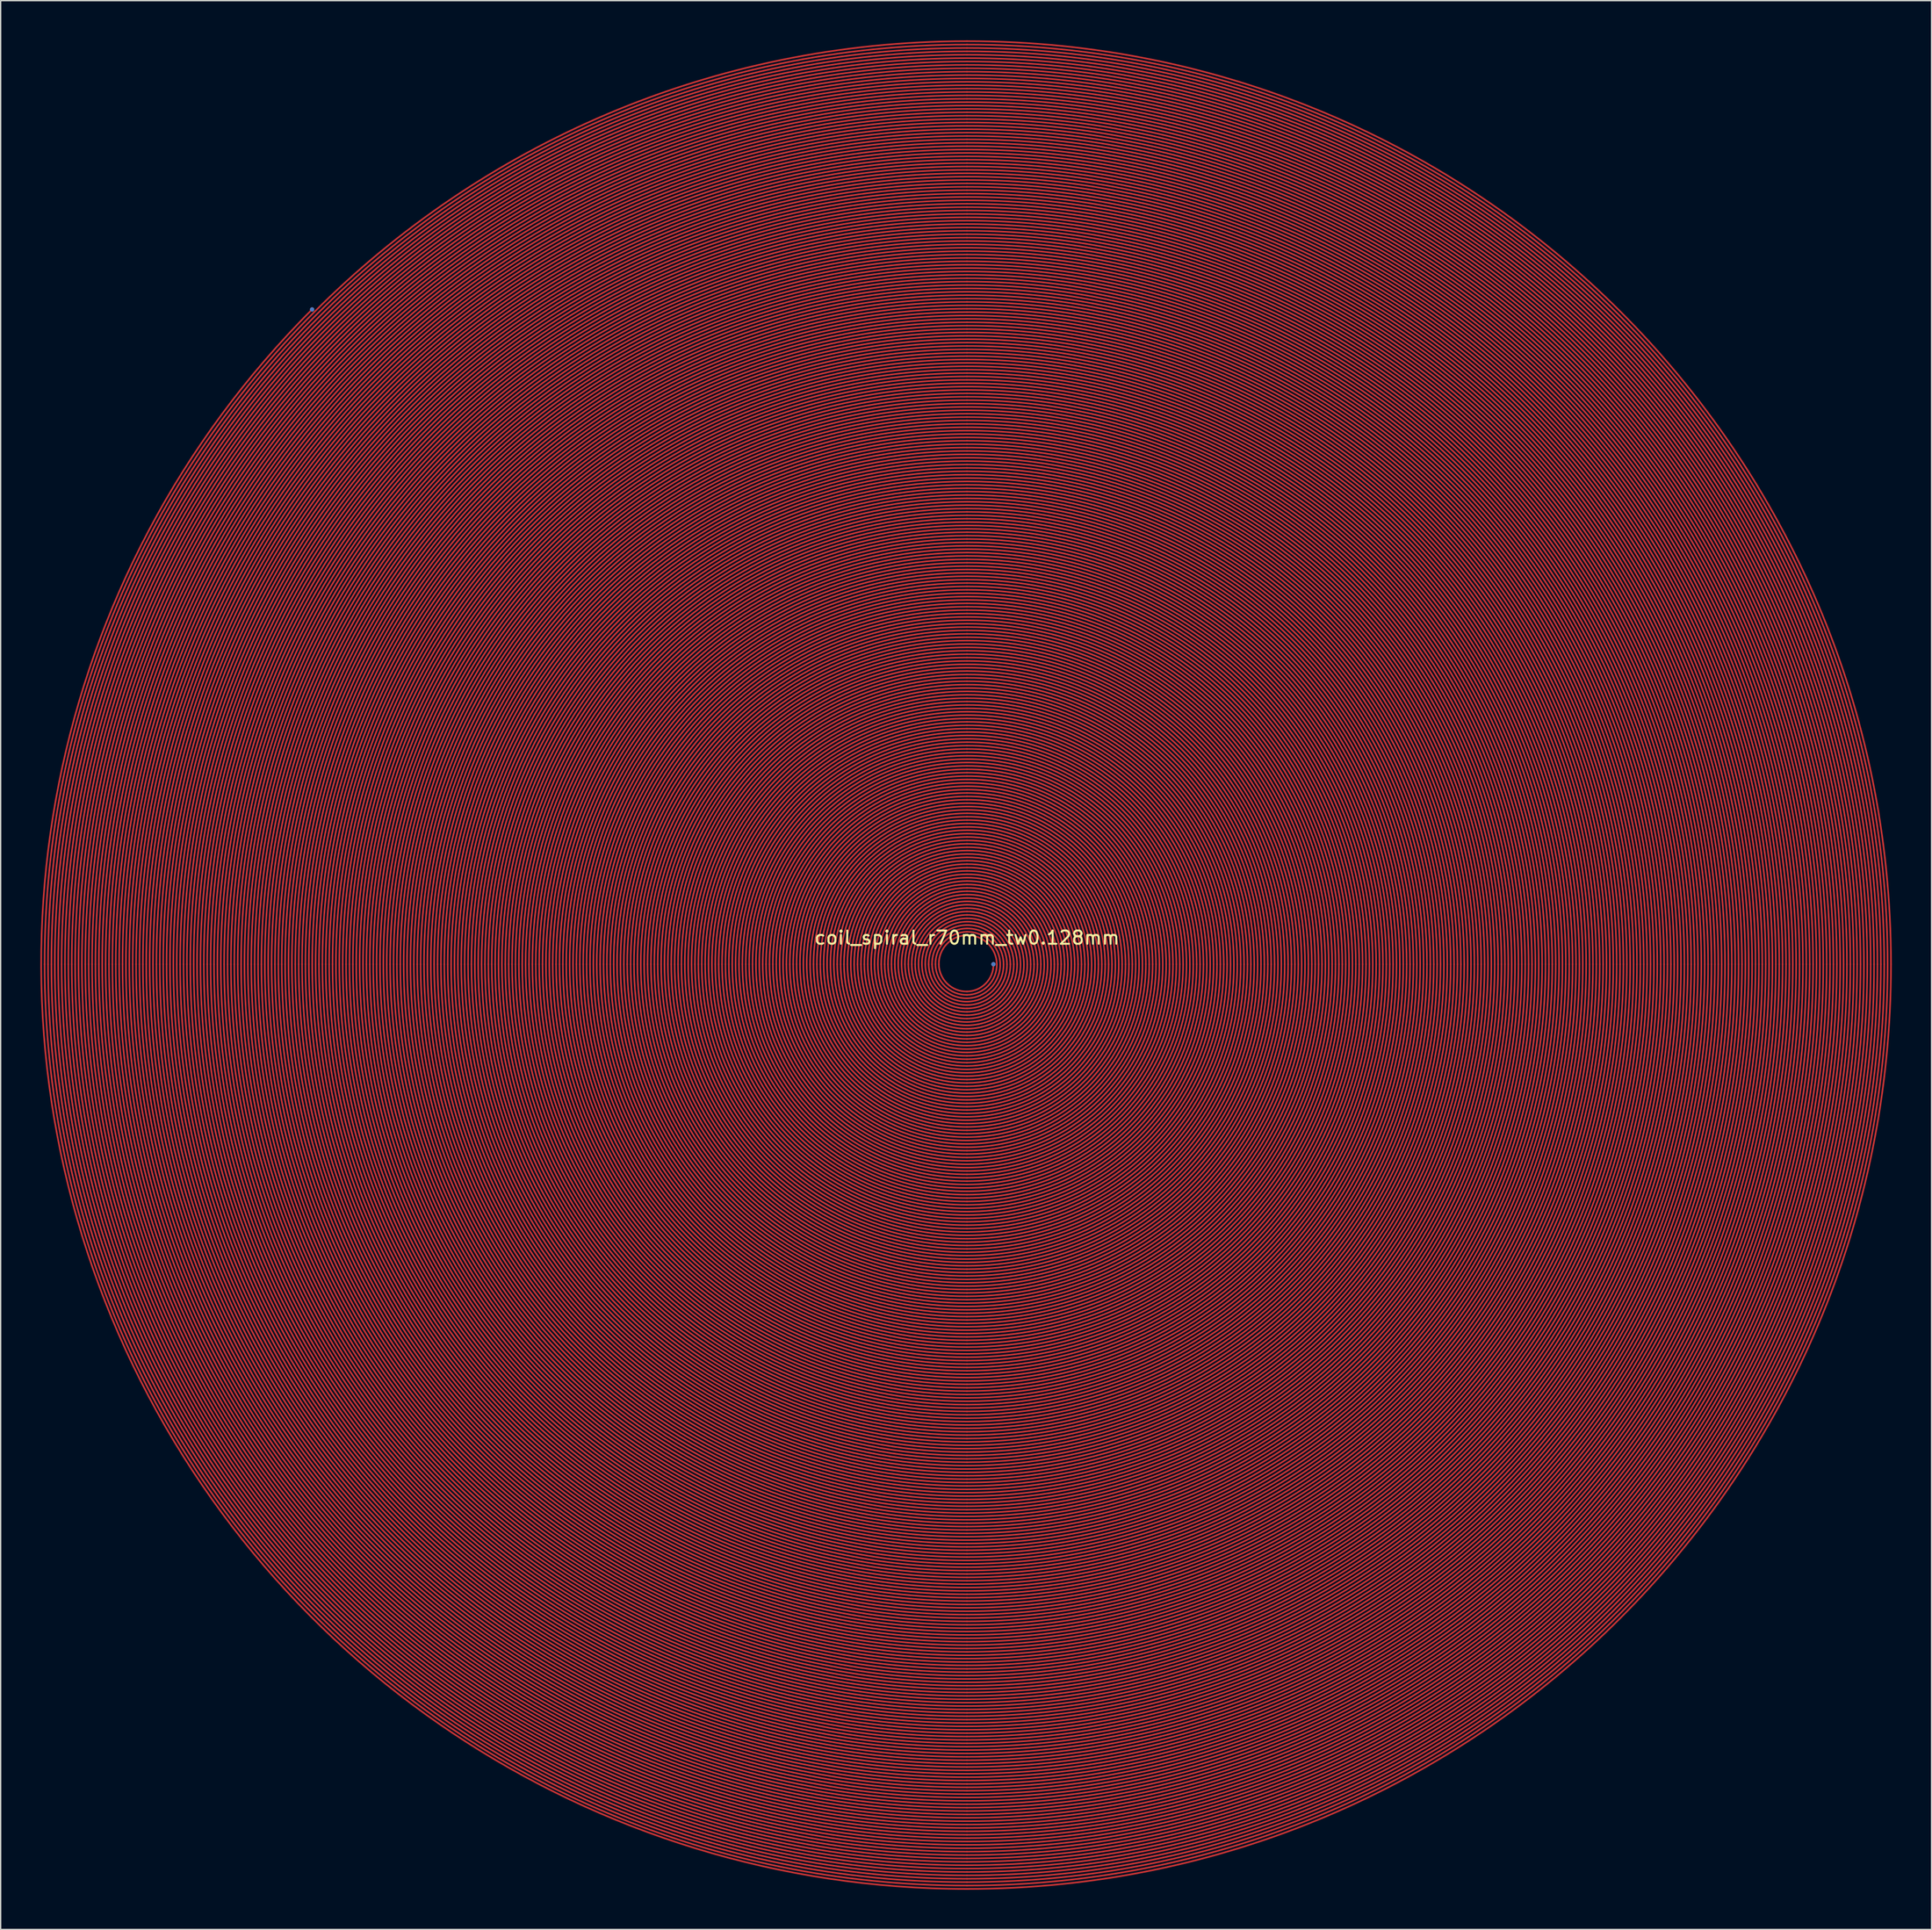
<source format=kicad_pcb>
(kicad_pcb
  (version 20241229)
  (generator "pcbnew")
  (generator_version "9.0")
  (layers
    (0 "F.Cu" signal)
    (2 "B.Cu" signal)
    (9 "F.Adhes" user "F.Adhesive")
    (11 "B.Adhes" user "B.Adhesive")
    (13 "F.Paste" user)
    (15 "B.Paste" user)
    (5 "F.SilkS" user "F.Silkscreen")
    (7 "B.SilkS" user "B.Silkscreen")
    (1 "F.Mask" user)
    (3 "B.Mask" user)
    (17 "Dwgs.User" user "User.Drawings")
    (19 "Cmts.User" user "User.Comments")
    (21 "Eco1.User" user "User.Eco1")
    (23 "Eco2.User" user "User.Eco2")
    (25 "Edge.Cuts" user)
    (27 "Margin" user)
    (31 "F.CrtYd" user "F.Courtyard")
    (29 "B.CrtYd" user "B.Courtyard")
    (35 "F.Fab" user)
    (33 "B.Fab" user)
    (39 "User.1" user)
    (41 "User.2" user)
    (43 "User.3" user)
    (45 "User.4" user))
  (footprint "coil_spiral_r70mm_tw0.128mm"
    (layer "F.Cu")
    (at 70.036 69.84)
    (property "Reference" "coil_spiral_r70mm_tw0.128mm" (at 0 -2 0) (layer "F.SilkS") (effects (font (size 1 1) (thickness 0.15))))
    (attr through_hole)
    (fp_arc (start -69.712 0) (mid -49.307088 -49.325833) (end -0.000001 -69.776) (stroke (width 0.128) (type solid)) (layer "F.Cu"))
    (fp_arc (start -69.456 0) (mid -49.126069 -49.144814) (end -0.000001 -69.52) (stroke (width 0.128) (type solid)) (layer "F.Cu"))
    (fp_arc (start -69.2 0) (mid -48.945049 -48.963795) (end 0 -69.264) (stroke (width 0.128) (type solid)) (layer "F.Cu"))
    (fp_arc (start -68.944 0) (mid -48.76403 -48.782775) (end 0 -69.008) (stroke (width 0.128) (type solid)) (layer "F.Cu"))
    (fp_arc (start -68.688 0) (mid -48.583011 -48.601756) (end 0 -68.752) (stroke (width 0.128) (type solid)) (layer "F.Cu"))
    (fp_arc (start -68.432 0) (mid -48.401991 -48.420737) (end 0 -68.496) (stroke (width 0.128) (type solid)) (layer "F.Cu"))
    (fp_arc (start -68.176 0) (mid -48.220972 -48.239717) (end 0 -68.24) (stroke (width 0.128) (type solid)) (layer "F.Cu"))
    (fp_arc (start -67.92 0) (mid -48.039952 -48.058698) (end 0.000001 -67.984) (stroke (width 0.128) (type solid)) (layer "F.Cu"))
    (fp_arc (start -67.664 0) (mid -47.858933 -47.877679) (end 0.000001 -67.728) (stroke (width 0.128) (type solid)) (layer "F.Cu"))
    (fp_arc (start -67.408 0) (mid -47.677914 -47.696659) (end 0 -67.472) (stroke (width 0.128) (type solid)) (layer "F.Cu"))
    (fp_arc (start -67.152 0) (mid -47.496895 -47.51564) (end 0 -67.216) (stroke (width 0.128) (type solid)) (layer "F.Cu"))
    (fp_arc (start -66.896 0) (mid -47.315875 -47.334621) (end 0.000001 -66.96) (stroke (width 0.128) (type solid)) (layer "F.Cu"))
    (fp_arc (start -66.64 0) (mid -47.134857 -47.153601) (end -0.000001 -66.704) (stroke (width 0.128) (type solid)) (layer "F.Cu"))
    (fp_arc (start -66.384 0) (mid -46.953837 -46.972582) (end -0.000001 -66.448) (stroke (width 0.128) (type solid)) (layer "F.Cu"))
    (fp_arc (start -66.128 0) (mid -46.772818 -46.791562) (end -0.000001 -66.192) (stroke (width 0.128) (type solid)) (layer "F.Cu"))
    (fp_arc (start -65.872 0) (mid -46.591798 -46.610543) (end 0 -65.936) (stroke (width 0.128) (type solid)) (layer "F.Cu"))
    (fp_arc (start -65.616 0) (mid -46.410779 -46.429524) (end 0 -65.68) (stroke (width 0.128) (type solid)) (layer "F.Cu"))
    (fp_arc (start -65.36 0) (mid -46.22976 -46.248505) (end 0 -65.424) (stroke (width 0.128) (type solid)) (layer "F.Cu"))
    (fp_arc (start -65.104 0) (mid -46.04874 -46.067485) (end 0 -65.168) (stroke (width 0.128) (type solid)) (layer "F.Cu"))
    (fp_arc (start -64.848 0) (mid -45.867721 -45.886466) (end 0.000001 -64.912) (stroke (width 0.128) (type solid)) (layer "F.Cu"))
    (fp_arc (start -64.592 0) (mid -45.686702 -45.705447) (end 0 -64.656) (stroke (width 0.128) (type solid)) (layer "F.Cu"))
    (fp_arc (start -64.336 0) (mid -45.505682 -45.524427) (end 0 -64.4) (stroke (width 0.128) (type solid)) (layer "F.Cu"))
    (fp_arc (start -64.08 0) (mid -45.324663 -45.343408) (end 0 -64.144) (stroke (width 0.128) (type solid)) (layer "F.Cu"))
    (fp_arc (start -63.824 0) (mid -45.143643 -45.162389) (end 0.000001 -63.888) (stroke (width 0.128) (type solid)) (layer "F.Cu"))
    (fp_arc (start -63.568 0) (mid -44.962624 -44.98137) (end 0.000001 -63.632) (stroke (width 0.128) (type solid)) (layer "F.Cu"))
    (fp_arc (start -63.312 0) (mid -44.781606 -44.80035) (end -0.000001 -63.376) (stroke (width 0.128) (type solid)) (layer "F.Cu"))
    (fp_arc (start -63.056 0) (mid -44.600586 -44.619331) (end 0 -63.12) (stroke (width 0.128) (type solid)) (layer "F.Cu"))
    (fp_arc (start -62.8 0) (mid -44.419567 -44.438311) (end -0.000001 -62.864) (stroke (width 0.128) (type solid)) (layer "F.Cu"))
    (fp_arc (start -62.544 0) (mid -44.238548 -44.257292) (end -0.000001 -62.608) (stroke (width 0.128) (type solid)) (layer "F.Cu"))
    (fp_arc (start -62.288 0) (mid -44.057528 -44.076273) (end -0.000001 -62.352) (stroke (width 0.128) (type solid)) (layer "F.Cu"))
    (fp_arc (start -62.032 0) (mid -43.876509 -43.895254) (end 0 -62.096) (stroke (width 0.128) (type solid)) (layer "F.Cu"))
    (fp_arc (start -61.776 0) (mid -43.695489 -43.714234) (end 0 -61.84) (stroke (width 0.128) (type solid)) (layer "F.Cu"))
    (fp_arc (start -61.52 0) (mid -43.51447 -43.533215) (end 0 -61.584) (stroke (width 0.128) (type solid)) (layer "F.Cu"))
    (fp_arc (start -61.264 0) (mid -43.33345 -43.352196) (end 0.000001 -61.328) (stroke (width 0.128) (type solid)) (layer "F.Cu"))
    (fp_arc (start -61.008 0) (mid -43.152431 -43.171176) (end 0 -61.072) (stroke (width 0.128) (type solid)) (layer "F.Cu"))
    (fp_arc (start -60.752 0) (mid -42.971412 -42.990157) (end 0 -60.816) (stroke (width 0.128) (type solid)) (layer "F.Cu"))
    (fp_arc (start -60.496 0) (mid -42.790392 -42.809138) (end 0.000001 -60.56) (stroke (width 0.128) (type solid)) (layer "F.Cu"))
    (fp_arc (start -60.24 0) (mid -42.609373 -42.628118) (end 0 -60.303999) (stroke (width 0.128) (type solid)) (layer "F.Cu"))
    (fp_arc (start -59.984 0) (mid -42.428355 -42.447099) (end -0.000001 -60.048) (stroke (width 0.128) (type solid)) (layer "F.Cu"))
    (fp_arc (start -59.728 0) (mid -42.247335 -42.26608) (end 0 -59.792) (stroke (width 0.128) (type solid)) (layer "F.Cu"))
    (fp_arc (start -59.472 0) (mid -42.066315 -42.085061) (end 0 -59.536) (stroke (width 0.128) (type solid)) (layer "F.Cu"))
    (fp_arc (start -59.216 0) (mid -41.885297 -41.904041) (end -0.000001 -59.28) (stroke (width 0.128) (type solid)) (layer "F.Cu"))
    (fp_arc (start -58.96 0) (mid -41.704277 -41.723022) (end 0 -59.024) (stroke (width 0.128) (type solid)) (layer "F.Cu"))
    (fp_arc (start -58.704 0) (mid -41.523257 -41.542003) (end 0 -58.768) (stroke (width 0.128) (type solid)) (layer "F.Cu"))
    (fp_arc (start -58.448 0) (mid -41.342238 -41.360983) (end 0 -58.512) (stroke (width 0.128) (type solid)) (layer "F.Cu"))
    (fp_arc (start -58.192 0) (mid -41.161218 -41.179964) (end 0.000001 -58.256) (stroke (width 0.128) (type solid)) (layer "F.Cu"))
    (fp_arc (start -57.936 0) (mid -40.980199 -40.998945) (end 0 -58) (stroke (width 0.128) (type solid)) (layer "F.Cu"))
    (fp_arc (start -57.68 0) (mid -40.79918 -40.817926) (end 0.000001 -57.744) (stroke (width 0.128) (type solid)) (layer "F.Cu"))
    (fp_arc (start -57.424 0) (mid -40.618161 -40.636906) (end -0.000001 -57.488) (stroke (width 0.128) (type solid)) (layer "F.Cu"))
    (fp_arc (start -57.168 0) (mid -40.437142 -40.455887) (end -0.000001 -57.232) (stroke (width 0.128) (type solid)) (layer "F.Cu"))
    (fp_arc (start -56.912 0) (mid -40.256122 -40.274868) (end 0 -56.976) (stroke (width 0.128) (type solid)) (layer "F.Cu"))
    (fp_arc (start -56.656 0) (mid -40.075103 -40.093848) (end 0 -56.72) (stroke (width 0.128) (type solid)) (layer "F.Cu"))
    (fp_arc (start -56.4 0) (mid -39.894084 -39.912829) (end -0.000001 -56.464) (stroke (width 0.128) (type solid)) (layer "F.Cu"))
    (fp_arc (start -56.144 0) (mid -39.713064 -39.73181) (end 0 -56.208) (stroke (width 0.128) (type solid)) (layer "F.Cu"))
    (fp_arc (start -55.888 0) (mid -39.532045 -39.55079) (end 0 -55.952) (stroke (width 0.128) (type solid)) (layer "F.Cu"))
    (fp_arc (start -55.632 0) (mid -39.351025 -39.369771) (end 0.000001 -55.696) (stroke (width 0.128) (type solid)) (layer "F.Cu"))
    (fp_arc (start -55.376 0) (mid -39.170006 -39.188752) (end 0 -55.44) (stroke (width 0.128) (type solid)) (layer "F.Cu"))
    (fp_arc (start -55.12 0) (mid -38.988987 -39.007733) (end 0.000001 -55.184) (stroke (width 0.128) (type solid)) (layer "F.Cu"))
    (fp_arc (start -54.864 0) (mid -38.807968 -38.826713) (end -0.000001 -54.928) (stroke (width 0.128) (type solid)) (layer "F.Cu"))
    (fp_arc (start -54.608 0) (mid -38.626949 -38.645693) (end -0.000001 -54.672) (stroke (width 0.128) (type solid)) (layer "F.Cu"))
    (fp_arc (start -54.352 0) (mid -38.445929 -38.464675) (end 0 -54.416) (stroke (width 0.128) (type solid)) (layer "F.Cu"))
    (fp_arc (start -54.096 0) (mid -38.26491 -38.283655) (end -0.000001 -54.16) (stroke (width 0.128) (type solid)) (layer "F.Cu"))
    (fp_arc (start -53.84 0) (mid -38.083891 -38.102636) (end 0 -53.904) (stroke (width 0.128) (type solid)) (layer "F.Cu"))
    (fp_arc (start -53.584 0) (mid -37.902871 -37.921617) (end 0 -53.648) (stroke (width 0.128) (type solid)) (layer "F.Cu"))
    (fp_arc (start -53.328 0) (mid -37.721852 -37.740598) (end 0.000001 -53.392) (stroke (width 0.128) (type solid)) (layer "F.Cu"))
    (fp_arc (start -53.072 0) (mid -37.540833 -37.559578) (end 0 -53.136) (stroke (width 0.128) (type solid)) (layer "F.Cu"))
    (fp_arc (start -52.816 0) (mid -37.359813 -37.378559) (end 0.000001 -52.88) (stroke (width 0.128) (type solid)) (layer "F.Cu"))
    (fp_arc (start -52.56 0) (mid -37.178794 -37.197539) (end 0 -52.623999) (stroke (width 0.128) (type solid)) (layer "F.Cu"))
    (fp_arc (start -52.304 0) (mid -36.997775 -37.01652) (end -0.000001 -52.368) (stroke (width 0.128) (type solid)) (layer "F.Cu"))
    (fp_arc (start -52.048 0) (mid -36.816756 -36.8355) (end -0.000001 -52.112) (stroke (width 0.128) (type solid)) (layer "F.Cu"))
    (fp_arc (start -51.792 0) (mid -36.635736 -36.654481) (end 0 -51.856) (stroke (width 0.128) (type solid)) (layer "F.Cu"))
    (fp_arc (start -51.536 0) (mid -36.454717 -36.473462) (end 0 -51.6) (stroke (width 0.128) (type solid)) (layer "F.Cu"))
    (fp_arc (start -51.28 0) (mid -36.273698 -36.292443) (end 0 -51.344) (stroke (width 0.128) (type solid)) (layer "F.Cu"))
    (fp_arc (start -51.024 0) (mid -36.092678 -36.111423) (end 0 -51.088) (stroke (width 0.128) (type solid)) (layer "F.Cu"))
    (fp_arc (start -50.768 0) (mid -35.911659 -35.930404) (end 0.000001 -50.832) (stroke (width 0.128) (type solid)) (layer "F.Cu"))
    (fp_arc (start -50.512 0) (mid -35.730639 -35.749385) (end 0.000001 -50.576) (stroke (width 0.128) (type solid)) (layer "F.Cu"))
    (fp_arc (start -50.256 0) (mid -35.549621 -35.568365) (end -0.000001 -50.32) (stroke (width 0.128) (type solid)) (layer "F.Cu"))
    (fp_arc (start -50 0) (mid -35.368601 -35.387346) (end 0 -50.064) (stroke (width 0.128) (type solid)) (layer "F.Cu"))
    (fp_arc (start -49.744 0) (mid -35.187582 -35.206327) (end 0 -49.808) (stroke (width 0.128) (type solid)) (layer "F.Cu"))
    (fp_arc (start -49.488 0) (mid -35.006563 -35.025308) (end 0 -49.552) (stroke (width 0.128) (type solid)) (layer "F.Cu"))
    (fp_arc (start -49.232 0) (mid -34.825543 -34.844288) (end 0 -49.296) (stroke (width 0.128) (type solid)) (layer "F.Cu"))
    (fp_arc (start -48.976 0) (mid -34.644524 -34.663269) (end 0 -49.04) (stroke (width 0.128) (type solid)) (layer "F.Cu"))
    (fp_arc (start -48.72 0) (mid -34.463504 -34.48225) (end 0.000001 -48.784) (stroke (width 0.128) (type solid)) (layer "F.Cu"))
    (fp_arc (start -48.464 0) (mid -34.282485 -34.30123) (end 0 -48.527999) (stroke (width 0.128) (type solid)) (layer "F.Cu"))
    (fp_arc (start -48.208 0) (mid -34.101467 -34.120211) (end -0.000001 -48.272) (stroke (width 0.128) (type solid)) (layer "F.Cu"))
    (fp_arc (start -47.952 0) (mid -33.920447 -33.939192) (end 0 -48.016) (stroke (width 0.128) (type solid)) (layer "F.Cu"))
    (fp_arc (start -47.696 0) (mid -33.739427 -33.758173) (end 0 -47.76) (stroke (width 0.128) (type solid)) (layer "F.Cu"))
    (fp_arc (start -47.44 0) (mid -33.558408 -33.577153) (end 0 -47.504) (stroke (width 0.128) (type solid)) (layer "F.Cu"))
    (fp_arc (start -47.184 0) (mid -33.377388 -33.396134) (end 0.000001 -47.248) (stroke (width 0.128) (type solid)) (layer "F.Cu"))
    (fp_arc (start -46.928 0) (mid -33.196369 -33.215115) (end 0 -46.992) (stroke (width 0.128) (type solid)) (layer "F.Cu"))
    (fp_arc (start -46.672 0) (mid -33.01535 -33.034096) (end 0.000001 -46.736) (stroke (width 0.128) (type solid)) (layer "F.Cu"))
    (fp_arc (start -46.416 0) (mid -32.834331 -32.853076) (end 0 -46.48) (stroke (width 0.128) (type solid)) (layer "F.Cu"))
    (fp_arc (start -46.16 0) (mid -32.653312 -32.672057) (end -0.000001 -46.224) (stroke (width 0.128) (type solid)) (layer "F.Cu"))
    (fp_arc (start -45.904 0) (mid -32.472292 -32.491038) (end 0 -45.968) (stroke (width 0.128) (type solid)) (layer "F.Cu"))
    (fp_arc (start -45.648 0) (mid -32.291273 -32.310018) (end 0 -45.712) (stroke (width 0.128) (type solid)) (layer "F.Cu"))
    (fp_arc (start -45.392 0) (mid -32.110253 -32.128999) (end 0.000001 -45.456) (stroke (width 0.128) (type solid)) (layer "F.Cu"))
    (fp_arc (start -45.136 0) (mid -31.929234 -31.94798) (end 0 -45.2) (stroke (width 0.128) (type solid)) (layer "F.Cu"))
    (fp_arc (start -44.88 0) (mid -31.748216 -31.76696) (end -0.000001 -44.944) (stroke (width 0.128) (type solid)) (layer "F.Cu"))
    (fp_arc (start -44.624 0) (mid -31.567196 -31.585941) (end -0.000001 -44.688) (stroke (width 0.128) (type solid)) (layer "F.Cu"))
    (fp_arc (start -44.368 0) (mid -31.386177 -31.404922) (end 0 -44.432) (stroke (width 0.128) (type solid)) (layer "F.Cu"))
    (fp_arc (start -44.112 0) (mid -31.205157 -31.223903) (end 0 -44.176) (stroke (width 0.128) (type solid)) (layer "F.Cu"))
    (fp_arc (start -43.856 0) (mid -31.024138 -31.042884) (end 0.000001 -43.92) (stroke (width 0.128) (type solid)) (layer "F.Cu"))
    (fp_arc (start -43.6 0) (mid -30.843119 -30.861864) (end 0 -43.664) (stroke (width 0.128) (type solid)) (layer "F.Cu"))
    (fp_arc (start -43.344 0) (mid -30.662099 -30.680844) (end 0 -43.407999) (stroke (width 0.128) (type solid)) (layer "F.Cu"))
    (fp_arc (start -43.088 0) (mid -30.481081 -30.499825) (end -0.000001 -43.152) (stroke (width 0.128) (type solid)) (layer "F.Cu"))
    (fp_arc (start -42.832 0) (mid -30.300061 -30.318806) (end 0 -42.896) (stroke (width 0.128) (type solid)) (layer "F.Cu"))
    (fp_arc (start -42.576 0) (mid -30.119042 -30.137787) (end 0 -42.64) (stroke (width 0.128) (type solid)) (layer "F.Cu"))
    (fp_arc (start -42.32 0) (mid -29.938022 -29.956767) (end 0 -42.384) (stroke (width 0.128) (type solid)) (layer "F.Cu"))
    (fp_arc (start -42.064 0) (mid -29.757003 -29.775749) (end 0.000001 -42.128) (stroke (width 0.128) (type solid)) (layer "F.Cu"))
    (fp_arc (start -41.808 0) (mid -29.575984 -29.594729) (end -0.000001 -41.872) (stroke (width 0.128) (type solid)) (layer "F.Cu"))
    (fp_arc (start -41.552 0) (mid -29.394965 -29.41371) (end 0 -41.616) (stroke (width 0.128) (type solid)) (layer "F.Cu"))
    (fp_arc (start -41.296 0) (mid -29.213945 -29.23269) (end 0 -41.36) (stroke (width 0.128) (type solid)) (layer "F.Cu"))
    (fp_arc (start -41.04 0) (mid -29.032926 -29.051671) (end 0 -41.104) (stroke (width 0.128) (type solid)) (layer "F.Cu"))
    (fp_arc (start -40.784 0) (mid -28.851906 -28.870652) (end 0.000001 -40.848) (stroke (width 0.128) (type solid)) (layer "F.Cu"))
    (fp_arc (start -40.528 0) (mid -28.670887 -28.689633) (end 0.000001 -40.592) (stroke (width 0.128) (type solid)) (layer "F.Cu"))
    (fp_arc (start -40.272 0) (mid -28.489869 -28.508613) (end -0.000001 -40.336) (stroke (width 0.128) (type solid)) (layer "F.Cu"))
    (fp_arc (start -40.016 0) (mid -28.308849 -28.327594) (end 0 -40.08) (stroke (width 0.128) (type solid)) (layer "F.Cu"))
    (fp_arc (start -39.76 0) (mid -28.12783 -28.146575) (end 0 -39.824) (stroke (width 0.128) (type solid)) (layer "F.Cu"))
    (fp_arc (start -39.504 0) (mid -27.94681 -27.965556) (end 0.000001 -39.568) (stroke (width 0.128) (type solid)) (layer "F.Cu"))
    (fp_arc (start -39.248 0) (mid -27.765791 -27.784536) (end 0.000001 -39.312) (stroke (width 0.128) (type solid)) (layer "F.Cu"))
    (fp_arc (start -38.992 0) (mid -27.584772 -27.603517) (end -0.000001 -39.056) (stroke (width 0.128) (type solid)) (layer "F.Cu"))
    (fp_arc (start -38.736 0) (mid -27.403753 -27.422498) (end 0 -38.8) (stroke (width 0.128) (type solid)) (layer "F.Cu"))
    (fp_arc (start -38.48 0) (mid -27.222733 -27.241479) (end 0.000001 -38.544) (stroke (width 0.128) (type solid)) (layer "F.Cu"))
    (fp_arc (start -38.224 0) (mid -27.041713 -27.060459) (end 0.000001 -38.288) (stroke (width 0.128) (type solid)) (layer "F.Cu"))
    (fp_arc (start -37.968 0) (mid -26.860695 -26.87944) (end -0.000001 -38.032) (stroke (width 0.128) (type solid)) (layer "F.Cu"))
    (fp_arc (start -37.712 0) (mid -26.679676 -26.69842) (end -0.000001 -37.776) (stroke (width 0.128) (type solid)) (layer "F.Cu"))
    (fp_arc (start -37.456 0) (mid -26.498656 -26.517401) (end 0 -37.52) (stroke (width 0.128) (type solid)) (layer "F.Cu"))
    (fp_arc (start -37.2 0) (mid -26.317637 -26.336382) (end 0 -37.264) (stroke (width 0.128) (type solid)) (layer "F.Cu"))
    (fp_arc (start -36.944 0) (mid -26.136617 -26.155363) (end 0.000001 -37.008) (stroke (width 0.128) (type solid)) (layer "F.Cu"))
    (fp_arc (start -36.688 0) (mid -25.955599 -25.974343) (end -0.000001 -36.752) (stroke (width 0.128) (type solid)) (layer "F.Cu"))
    (fp_arc (start -36.432 0) (mid -25.774579 -25.793324) (end 0 -36.496) (stroke (width 0.128) (type solid)) (layer "F.Cu"))
    (fp_arc (start -36.176 0) (mid -25.59356 -25.612305) (end 0 -36.24) (stroke (width 0.128) (type solid)) (layer "F.Cu"))
    (fp_arc (start -35.92 0) (mid -25.41254 -25.431286) (end 0.000001 -35.984) (stroke (width 0.128) (type solid)) (layer "F.Cu"))
    (fp_arc (start -35.664 0) (mid -25.231522 -25.250266) (end -0.000001 -35.728) (stroke (width 0.128) (type solid)) (layer "F.Cu"))
    (fp_arc (start -35.408 0) (mid -25.050502 -25.069247) (end 0 -35.472) (stroke (width 0.128) (type solid)) (layer "F.Cu"))
    (fp_arc (start -35.152 0) (mid -24.869483 -24.888228) (end 0 -35.216) (stroke (width 0.128) (type solid)) (layer "F.Cu"))
    (fp_arc (start -34.896 0) (mid -24.688463 -24.707209) (end 0.000001 -34.96) (stroke (width 0.128) (type solid)) (layer "F.Cu"))
    (fp_arc (start -34.64 0) (mid -24.507445 -24.526189) (end -0.000001 -34.704) (stroke (width 0.128) (type solid)) (layer "F.Cu"))
    (fp_arc (start -34.384 0) (mid -24.326425 -24.34517) (end 0 -34.448) (stroke (width 0.128) (type solid)) (layer "F.Cu"))
    (fp_arc (start -34.128 0) (mid -24.145406 -24.164151) (end 0 -34.192) (stroke (width 0.128) (type solid)) (layer "F.Cu"))
    (fp_arc (start -33.872 0) (mid -23.964386 -23.983132) (end 0.000001 -33.936) (stroke (width 0.128) (type solid)) (layer "F.Cu"))
    (fp_arc (start -33.616 0) (mid -23.783368 -23.802112) (end -0.000001 -33.68) (stroke (width 0.128) (type solid)) (layer "F.Cu"))
    (fp_arc (start -33.36 0) (mid -23.602348 -23.621093) (end 0 -33.424) (stroke (width 0.128) (type solid)) (layer "F.Cu"))
    (fp_arc (start -33.104 0) (mid -23.421328 -23.440074) (end 0.000001 -33.168) (stroke (width 0.128) (type solid)) (layer "F.Cu"))
    (fp_arc (start -32.848 0) (mid -23.24031 -23.259054) (end -0.000001 -32.912) (stroke (width 0.128) (type solid)) (layer "F.Cu"))
    (fp_arc (start -32.592 0) (mid -23.05929 -23.078035) (end 0 -32.656) (stroke (width 0.128) (type solid)) (layer "F.Cu"))
    (fp_arc (start -32.336 0) (mid -22.878271 -22.897016) (end 0 -32.4) (stroke (width 0.128) (type solid)) (layer "F.Cu"))
    (fp_arc (start -32.08 0) (mid -22.697251 -22.715996) (end 0 -32.143999) (stroke (width 0.128) (type solid)) (layer "F.Cu"))
    (fp_arc (start -31.824 0) (mid -22.516232 -22.534978) (end 0 -31.888) (stroke (width 0.128) (type solid)) (layer "F.Cu"))
    (fp_arc (start -31.568 0) (mid -22.335213 -22.353958) (end 0 -31.632) (stroke (width 0.128) (type solid)) (layer "F.Cu"))
    (fp_arc (start -31.312 0) (mid -22.154193 -22.172939) (end 0.000001 -31.376) (stroke (width 0.128) (type solid)) (layer "F.Cu"))
    (fp_arc (start -31.056 0) (mid -21.973175 -21.99192) (end 0 -31.12) (stroke (width 0.128) (type solid)) (layer "F.Cu"))
    (fp_arc (start -30.8 0) (mid -21.792155 -21.810901) (end 0 -30.864) (stroke (width 0.128) (type solid)) (layer "F.Cu"))
    (fp_arc (start -30.544 0) (mid -21.611136 -21.629882) (end 0.000001 -30.608) (stroke (width 0.128) (type solid)) (layer "F.Cu"))
    (fp_arc (start -30.288 0) (mid -21.430117 -21.448862) (end -0.000001 -30.352) (stroke (width 0.128) (type solid)) (layer "F.Cu"))
    (fp_arc (start -30.032 0) (mid -21.249098 -21.267843) (end 0 -30.096) (stroke (width 0.128) (type solid)) (layer "F.Cu"))
    (fp_arc (start -29.776 0) (mid -21.068078 -21.086823) (end 0 -29.839999) (stroke (width 0.128) (type solid)) (layer "F.Cu"))
    (fp_arc (start -29.52 0) (mid -20.887059 -20.905805) (end 0 -29.584) (stroke (width 0.128) (type solid)) (layer "F.Cu"))
    (fp_arc (start -29.264 0) (mid -20.70604 -20.724785) (end 0 -29.328) (stroke (width 0.128) (type solid)) (layer "F.Cu"))
    (fp_arc (start -29.008 0) (mid -20.525021 -20.543766) (end -0.000001 -29.072) (stroke (width 0.128) (type solid)) (layer "F.Cu"))
    (fp_arc (start -28.752 0) (mid -20.344002 -20.362747) (end 0 -28.816) (stroke (width 0.128) (type solid)) (layer "F.Cu"))
    (fp_arc (start -28.496 0) (mid -20.162982 -20.181728) (end 0.000001 -28.56) (stroke (width 0.128) (type solid)) (layer "F.Cu"))
    (fp_arc (start -28.24 0) (mid -19.981964 -20.000708) (end -0.000001 -28.304) (stroke (width 0.128) (type solid)) (layer "F.Cu"))
    (fp_arc (start -27.984 0) (mid -19.800944 -19.819689) (end 0 -28.048) (stroke (width 0.128) (type solid)) (layer "F.Cu"))
    (fp_arc (start -27.728 0) (mid -19.619925 -19.638669) (end 0 -27.791999) (stroke (width 0.128) (type solid)) (layer "F.Cu"))
    (fp_arc (start -27.472 0) (mid -19.438906 -19.457651) (end 0 -27.536) (stroke (width 0.128) (type solid)) (layer "F.Cu"))
    (fp_arc (start -27.216 0) (mid -19.257886 -19.276632) (end 0.000001 -27.28) (stroke (width 0.128) (type solid)) (layer "F.Cu"))
    (fp_arc (start -26.96 0) (mid -19.076868 -19.095612) (end -0.000001 -27.024) (stroke (width 0.128) (type solid)) (layer "F.Cu"))
    (fp_arc (start -26.704 0) (mid -18.895848 -18.914593) (end 0 -26.768) (stroke (width 0.128) (type solid)) (layer "F.Cu"))
    (fp_arc (start -26.448 0) (mid -18.714829 -18.733574) (end -0.000001 -26.512) (stroke (width 0.128) (type solid)) (layer "F.Cu"))
    (fp_arc (start -26.192 0) (mid -18.533809 -18.552555) (end 0 -26.256) (stroke (width 0.128) (type solid)) (layer "F.Cu"))
    (fp_arc (start -25.936 0) (mid -18.352791 -18.371535) (end -0.000001 -26) (stroke (width 0.128) (type solid)) (layer "F.Cu"))
    (fp_arc (start -25.68 0) (mid -18.171771 -18.190516) (end 0 -25.744) (stroke (width 0.128) (type solid)) (layer "F.Cu"))
    (fp_arc (start -25.424 0) (mid -17.990752 -18.009497) (end 0 -25.487999) (stroke (width 0.128) (type solid)) (layer "F.Cu"))
    (fp_arc (start -25.168 0) (mid -17.809733 -17.828478) (end 0 -25.232) (stroke (width 0.128) (type solid)) (layer "F.Cu"))
    (fp_arc (start -24.912 0) (mid -17.628713 -17.647458) (end 0 -24.975999) (stroke (width 0.128) (type solid)) (layer "F.Cu"))
    (fp_arc (start -24.656 0) (mid -17.447694 -17.466439) (end 0 -24.72) (stroke (width 0.128) (type solid)) (layer "F.Cu"))
    (fp_arc (start -24.4 0) (mid -17.266676 -17.28542) (end -0.000001 -24.464) (stroke (width 0.128) (type solid)) (layer "F.Cu"))
    (fp_arc (start -24.144 0) (mid -17.085656 -17.104401) (end 0 -24.208) (stroke (width 0.128) (type solid)) (layer "F.Cu"))
    (fp_arc (start -23.888 0) (mid -16.904637 -16.923382) (end 0 -23.952) (stroke (width 0.128) (type solid)) (layer "F.Cu"))
    (fp_arc (start -23.632 0) (mid -16.723618 -16.742363) (end 0 -23.696) (stroke (width 0.128) (type solid)) (layer "F.Cu"))
    (fp_arc (start -23.376 0) (mid -16.542599 -16.561344) (end 0 -23.44) (stroke (width 0.128) (type solid)) (layer "F.Cu"))
    (fp_arc (start -23.12 0) (mid -16.361579 -16.380325) (end 0.000001 -23.184) (stroke (width 0.128) (type solid)) (layer "F.Cu"))
    (fp_arc (start -22.864 0) (mid -16.18056 -16.199305) (end 0 -22.928) (stroke (width 0.128) (type solid)) (layer "F.Cu"))
    (fp_arc (start -22.608 0) (mid -15.999541 -16.018286) (end -0.000001 -22.672) (stroke (width 0.128) (type solid)) (layer "F.Cu"))
    (fp_arc (start -22.352 0) (mid -15.818521 -15.837267) (end 0.000001 -22.416) (stroke (width 0.128) (type solid)) (layer "F.Cu"))
    (fp_arc (start -22.096 0) (mid -15.637503 -15.656248) (end 0 -22.16) (stroke (width 0.128) (type solid)) (layer "F.Cu"))
    (fp_arc (start -21.84 0) (mid -15.456483 -15.475228) (end 0 -21.903999) (stroke (width 0.128) (type solid)) (layer "F.Cu"))
    (fp_arc (start -21.584 0) (mid -15.275464 -15.29421) (end 0 -21.648) (stroke (width 0.128) (type solid)) (layer "F.Cu"))
    (fp_arc (start -21.328 0) (mid -15.094445 -15.11319) (end 0 -21.392) (stroke (width 0.128) (type solid)) (layer "F.Cu"))
    (fp_arc (start -21.072 0) (mid -14.913426 -14.932171) (end 0 -21.135999) (stroke (width 0.128) (type solid)) (layer "F.Cu"))
    (fp_arc (start -20.816 0) (mid -14.732407 -14.751152) (end 0.000001 -20.88) (stroke (width 0.128) (type solid)) (layer "F.Cu"))
    (fp_arc (start -20.56 0) (mid -14.551388 -14.570133) (end 0 -20.624) (stroke (width 0.128) (type solid)) (layer "F.Cu"))
    (fp_arc (start -20.304 0) (mid -14.370369 -14.389114) (end 0 -20.368) (stroke (width 0.128) (type solid)) (layer "F.Cu"))
    (fp_arc (start -20.048 0) (mid -14.189349 -14.208094) (end 0 -20.111999) (stroke (width 0.128) (type solid)) (layer "F.Cu"))
    (fp_arc (start -19.792 0) (mid -14.00833 -14.027076) (end 0.000001 -19.856) (stroke (width 0.128) (type solid)) (layer "F.Cu"))
    (fp_arc (start -19.536 0) (mid -13.827311 -13.846057) (end 0 -19.6) (stroke (width 0.128) (type solid)) (layer "F.Cu"))
    (fp_arc (start -19.28 0) (mid -13.646292 -13.665038) (end 0 -19.344) (stroke (width 0.128) (type solid)) (layer "F.Cu"))
    (fp_arc (start -19.024 0) (mid -13.465273 -13.484019) (end 0 -19.088) (stroke (width 0.128) (type solid)) (layer "F.Cu"))
    (fp_arc (start -18.768 0) (mid -13.284254 -13.302999) (end 0 -18.832) (stroke (width 0.128) (type solid)) (layer "F.Cu"))
    (fp_arc (start -18.512 0) (mid -13.103236 -13.12198) (end -0.000001 -18.576) (stroke (width 0.128) (type solid)) (layer "F.Cu"))
    (fp_arc (start -18.256 0) (mid -12.922216 -12.940961) (end 0 -18.319999) (stroke (width 0.128) (type solid)) (layer "F.Cu"))
    (fp_arc (start -18 0) (mid -12.741197 -12.759942) (end 0 -18.063999) (stroke (width 0.128) (type solid)) (layer "F.Cu"))
    (fp_arc (start -17.744 0) (mid -12.560178 -12.578923) (end 0 -17.807999) (stroke (width 0.128) (type solid)) (layer "F.Cu"))
    (fp_arc (start -17.488 0) (mid -12.379159 -12.397904) (end 0 -17.551999) (stroke (width 0.128) (type solid)) (layer "F.Cu"))
    (fp_arc (start -17.232 0) (mid -12.19814 -12.216885) (end 0 -17.295999) (stroke (width 0.128) (type solid)) (layer "F.Cu"))
    (fp_arc (start -16.976 0) (mid -12.017121 -12.035866) (end -0.000001 -17.04) (stroke (width 0.128) (type solid)) (layer "F.Cu"))
    (fp_arc (start -16.72 0) (mid -11.836102 -11.854847) (end 0 -16.784) (stroke (width 0.128) (type solid)) (layer "F.Cu"))
    (fp_arc (start -16.464 0) (mid -11.655083 -11.673828) (end 0 -16.528) (stroke (width 0.128) (type solid)) (layer "F.Cu"))
    (fp_arc (start -16.208 0) (mid -11.474064 -11.492809) (end 0 -16.272) (stroke (width 0.128) (type solid)) (layer "F.Cu"))
    (fp_arc (start -15.952 0) (mid -11.293045 -11.31179) (end 0.000001 -16.016) (stroke (width 0.128) (type solid)) (layer "F.Cu"))
    (fp_arc (start -15.696 0) (mid -11.112026 -11.130771) (end 0 -15.759999) (stroke (width 0.128) (type solid)) (layer "F.Cu"))
    (fp_arc (start -15.44 0) (mid -10.931007 -10.949752) (end 0 -15.504) (stroke (width 0.128) (type solid)) (layer "F.Cu"))
    (fp_arc (start -15.184 0) (mid -10.749988 -10.768734) (end 0.000001 -15.248) (stroke (width 0.128) (type solid)) (layer "F.Cu"))
    (fp_arc (start -14.928 0) (mid -10.568969 -10.587714) (end 0 -14.991999) (stroke (width 0.128) (type solid)) (layer "F.Cu"))
    (fp_arc (start -14.672 0) (mid -10.38795 -10.406695) (end 0 -14.736) (stroke (width 0.128) (type solid)) (layer "F.Cu"))
    (fp_arc (start -14.416 0) (mid -10.206931 -10.225676) (end 0 -14.479999) (stroke (width 0.128) (type solid)) (layer "F.Cu"))
    (fp_arc (start -14.16 0) (mid -10.025912 -10.044658) (end 0 -14.224) (stroke (width 0.128) (type solid)) (layer "F.Cu"))
    (fp_arc (start -13.904 0) (mid -9.844893 -9.863638) (end 0 -13.967999) (stroke (width 0.128) (type solid)) (layer "F.Cu"))
    (fp_arc (start -13.648 0) (mid -9.663875 -9.68262) (end 0 -13.711999) (stroke (width 0.128) (type solid)) (layer "F.Cu"))
    (fp_arc (start -13.392 0) (mid -9.482856 -9.501601) (end 0 -13.456) (stroke (width 0.128) (type solid)) (layer "F.Cu"))
    (fp_arc (start -13.136 0) (mid -9.301837 -9.320582) (end 0 -13.2) (stroke (width 0.128) (type solid)) (layer "F.Cu"))
    (fp_arc (start -12.88 0) (mid -9.120818 -9.139563) (end 0.000001 -12.943999) (stroke (width 0.128) (type solid)) (layer "F.Cu"))
    (fp_arc (start -12.624 0) (mid -8.939799 -8.958544) (end 0 -12.687999) (stroke (width 0.128) (type solid)) (layer "F.Cu"))
    (fp_arc (start -12.368 0) (mid -8.758781 -8.777525) (end 0 -12.432) (stroke (width 0.128) (type solid)) (layer "F.Cu"))
    (fp_arc (start -12.112 0) (mid -8.577763 -8.596507) (end -0.000001 -12.176001) (stroke (width 0.128) (type solid)) (layer "F.Cu"))
    (fp_arc (start -11.856 0) (mid -8.396743 -8.415489) (end 0 -11.920001) (stroke (width 0.128) (type solid)) (layer "F.Cu"))
    (fp_arc (start -11.6 0) (mid -8.215725 -8.23447) (end 0 -11.664) (stroke (width 0.128) (type solid)) (layer "F.Cu"))
    (fp_arc (start -11.344 0) (mid -8.034706 -8.053451) (end 0 -11.408) (stroke (width 0.128) (type solid)) (layer "F.Cu"))
    (fp_arc (start -11.088 0) (mid -7.853688 -7.872433) (end 0 -11.152001) (stroke (width 0.128) (type solid)) (layer "F.Cu"))
    (fp_arc (start -10.832 0) (mid -7.672668 -7.691414) (end 0.000001 -10.896) (stroke (width 0.128) (type solid)) (layer "F.Cu"))
    (fp_arc (start -10.576 0) (mid -7.49165 -7.510395) (end 0 -10.64) (stroke (width 0.128) (type solid)) (layer "F.Cu"))
    (fp_arc (start -10.32 0) (mid -7.310632 -7.329377) (end 0 -10.384) (stroke (width 0.128) (type solid)) (layer "F.Cu"))
    (fp_arc (start -10.064 0) (mid -7.129613 -7.148358) (end 0 -10.128) (stroke (width 0.128) (type solid)) (layer "F.Cu"))
    (fp_arc (start -9.808 0) (mid -6.948595 -6.96734) (end 0 -9.872) (stroke (width 0.128) (type solid)) (layer "F.Cu"))
    (fp_arc (start -9.552 0) (mid -6.767577 -6.786322) (end 0 -9.616001) (stroke (width 0.128) (type solid)) (layer "F.Cu"))
    (fp_arc (start -9.296 0) (mid -6.586558 -6.605303) (end 0 -9.36) (stroke (width 0.128) (type solid)) (layer "F.Cu"))
    (fp_arc (start -9.04 0) (mid -6.405541 -6.424285) (end -0.000001 -9.104) (stroke (width 0.128) (type solid)) (layer "F.Cu"))
    (fp_arc (start -8.784 0) (mid -6.224522 -6.243267) (end -0.000001 -8.848) (stroke (width 0.128) (type solid)) (layer "F.Cu"))
    (fp_arc (start -8.528 0) (mid -6.043504 -6.062249) (end 0 -8.592) (stroke (width 0.128) (type solid)) (layer "F.Cu"))
    (fp_arc (start -8.272 0) (mid -5.862485 -5.881231) (end 0.000001 -8.336) (stroke (width 0.128) (type solid)) (layer "F.Cu"))
    (fp_arc (start -8.016 0) (mid -5.681468 -5.700213) (end 0 -8.08) (stroke (width 0.128) (type solid)) (layer "F.Cu"))
    (fp_arc (start -7.76 0) (mid -5.50045 -5.519195) (end 0 -7.824) (stroke (width 0.128) (type solid)) (layer "F.Cu"))
    (fp_arc (start -7.504 0) (mid -5.319432 -5.338177) (end 0 -7.567999) (stroke (width 0.128) (type solid)) (layer "F.Cu"))
    (fp_arc (start -7.248 0) (mid -5.138415 -5.157159) (end 0 -7.311999) (stroke (width 0.128) (type solid)) (layer "F.Cu"))
    (fp_arc (start -6.992 0) (mid -4.957397 -4.976142) (end 0 -7.056) (stroke (width 0.128) (type solid)) (layer "F.Cu"))
    (fp_arc (start -6.736 0) (mid -4.77638 -4.795125) (end 0 -6.800001) (stroke (width 0.128) (type solid)) (layer "F.Cu"))
    (fp_arc (start -6.48 0) (mid -4.595363 -4.614107) (end 0 -6.544) (stroke (width 0.128) (type solid)) (layer "F.Cu"))
    (fp_arc (start -6.224 0) (mid -4.414346 -4.43309) (end -0.000001 -6.288) (stroke (width 0.128) (type solid)) (layer "F.Cu"))
    (fp_arc (start -5.968 0) (mid -4.233329 -4.252073) (end 0 -6.032) (stroke (width 0.128) (type solid)) (layer "F.Cu"))
    (fp_arc (start -5.712 0) (mid -4.052312 -4.071057) (end 0 -5.776) (stroke (width 0.128) (type solid)) (layer "F.Cu"))
    (fp_arc (start -5.456 0) (mid -3.871296 -3.89004) (end -0.000001 -5.52) (stroke (width 0.128) (type solid)) (layer "F.Cu"))
    (fp_arc (start -5.2 0) (mid -3.69028 -3.709024) (end -0.000001 -5.264) (stroke (width 0.128) (type solid)) (layer "F.Cu"))
    (fp_arc (start -4.944 0) (mid -3.509264 -3.528008) (end 0 -5.008) (stroke (width 0.128) (type solid)) (layer "F.Cu"))
    (fp_arc (start -4.688 0) (mid -3.328249 -3.346993) (end 0 -4.752) (stroke (width 0.128) (type solid)) (layer "F.Cu"))
    (fp_arc (start -4.432 0) (mid -3.147234 -3.165978) (end 0 -4.496) (stroke (width 0.128) (type solid)) (layer "F.Cu"))
    (fp_arc (start -4.176 0) (mid -2.966219 -2.984963) (end 0 -4.239999) (stroke (width 0.128) (type solid)) (layer "F.Cu"))
    (fp_arc (start -3.92 0) (mid -2.785206 -2.803949) (end 0 -3.984) (stroke (width 0.128) (type solid)) (layer "F.Cu"))
    (fp_arc (start -3.664 0) (mid -2.604192 -2.622936) (end 0.000001 -3.728) (stroke (width 0.128) (type solid)) (layer "F.Cu"))
    (fp_arc (start -3.408 0) (mid -2.423181 -2.441924) (end -0.000001 -3.472) (stroke (width 0.128) (type solid)) (layer "F.Cu"))
    (fp_arc (start -3.152 0) (mid -2.24217 -2.260913) (end 0 -3.216) (stroke (width 0.128) (type solid)) (layer "F.Cu"))
    (fp_arc (start -2.896 0) (mid -2.061161 -2.079903) (end 0 -2.959999) (stroke (width 0.128) (type solid)) (layer "F.Cu"))
    (fp_arc (start -2.64 0) (mid -1.880154 -1.898896) (end 0 -2.704) (stroke (width 0.128) (type solid)) (layer "F.Cu"))
    (fp_arc (start -2.384 0) (mid -1.699149 -1.717891) (end 0 -2.448001) (stroke (width 0.128) (type solid)) (layer "F.Cu"))
    (fp_arc (start -2.128 0) (mid -1.518148 -1.536889) (end 0.000001 -2.192) (stroke (width 0.128) (type solid)) (layer "F.Cu"))
    (fp_arc (start 0 -69.776) (mid 49.371088 -49.352343) (end 69.84 -0.000001) (stroke (width 0.128) (type solid)) (layer "F.Cu"))
    (fp_arc (start 0 -69.52) (mid 49.190068 -49.171324) (end 69.584 -0.000001) (stroke (width 0.128) (type solid)) (layer "F.Cu"))
    (fp_arc (start 0 -69.264) (mid 49.009049 -48.990305) (end 69.328 -0.000001) (stroke (width 0.128) (type solid)) (layer "F.Cu"))
    (fp_arc (start 0 -69.008) (mid 48.82803 -48.809285) (end 69.072 0) (stroke (width 0.128) (type solid)) (layer "F.Cu"))
    (fp_arc (start 0 -68.752) (mid 48.647011 -48.628266) (end 68.816 0) (stroke (width 0.128) (type solid)) (layer "F.Cu"))
    (fp_arc (start 0 -68.496) (mid 48.465991 -48.447246) (end 68.56 0) (stroke (width 0.128) (type solid)) (layer "F.Cu"))
    (fp_arc (start 0 -68.24) (mid 48.284972 -48.266227) (end 68.304 0) (stroke (width 0.128) (type solid)) (layer "F.Cu"))
    (fp_arc (start 0 -67.984) (mid 48.103953 -48.085207) (end 68.048 0.000001) (stroke (width 0.128) (type solid)) (layer "F.Cu"))
    (fp_arc (start 0 -67.728) (mid 47.922934 -47.904188) (end 67.792 0.000001) (stroke (width 0.128) (type solid)) (layer "F.Cu"))
    (fp_arc (start 0 -67.472) (mid 47.741914 -47.723168) (end 67.536 0.000001) (stroke (width 0.128) (type solid)) (layer "F.Cu"))
    (fp_arc (start 0 -67.216) (mid 47.560895 -47.54215) (end 67.28 0) (stroke (width 0.128) (type solid)) (layer "F.Cu"))
    (fp_arc (start 0 -66.96) (mid 47.379876 -47.36113) (end 67.024 0.000001) (stroke (width 0.128) (type solid)) (layer "F.Cu"))
    (fp_arc (start 0 -66.704) (mid 47.198856 -47.180111) (end 66.768 -0.000001) (stroke (width 0.128) (type solid)) (layer "F.Cu"))
    (fp_arc (start 0 -66.448) (mid 47.017837 -46.999092) (end 66.512 -0.000001) (stroke (width 0.128) (type solid)) (layer "F.Cu"))
    (fp_arc (start 0 -66.192) (mid 46.836817 -46.818073) (end 66.256 -0.000001) (stroke (width 0.128) (type solid)) (layer "F.Cu"))
    (fp_arc (start 0 -65.936) (mid 46.655798 -46.637053) (end 66 0) (stroke (width 0.128) (type solid)) (layer "F.Cu"))
    (fp_arc (start 0 -65.68) (mid 46.474779 -46.456034) (end 65.744 0) (stroke (width 0.128) (type solid)) (layer "F.Cu"))
    (fp_arc (start 0 -65.424) (mid 46.29376 -46.275014) (end 65.488 0) (stroke (width 0.128) (type solid)) (layer "F.Cu"))
    (fp_arc (start 0 -65.168) (mid 46.11274 -46.093995) (end 65.232 0) (stroke (width 0.128) (type solid)) (layer "F.Cu"))
    (fp_arc (start 0 -64.912) (mid 45.931721 -45.912975) (end 64.976 0.000001) (stroke (width 0.128) (type solid)) (layer "F.Cu"))
    (fp_arc (start 0 -64.656) (mid 45.750702 -45.731956) (end 64.72 0) (stroke (width 0.128) (type solid)) (layer "F.Cu"))
    (fp_arc (start 0 -64.4) (mid 45.569682 -45.550937) (end 64.464 0) (stroke (width 0.128) (type solid)) (layer "F.Cu"))
    (fp_arc (start 0 -64.144) (mid 45.388663 -45.369918) (end 64.208 0) (stroke (width 0.128) (type solid)) (layer "F.Cu"))
    (fp_arc (start 0 -63.888) (mid 45.207644 -45.188898) (end 63.952 0.000001) (stroke (width 0.128) (type solid)) (layer "F.Cu"))
    (fp_arc (start 0 -63.632) (mid 45.026625 -45.007879) (end 63.696 0.000001) (stroke (width 0.128) (type solid)) (layer "F.Cu"))
    (fp_arc (start 0 -63.376) (mid 44.845605 -44.82686) (end 63.439999 0) (stroke (width 0.128) (type solid)) (layer "F.Cu"))
    (fp_arc (start 0 -63.12) (mid 44.664586 -44.645841) (end 63.184 0) (stroke (width 0.128) (type solid)) (layer "F.Cu"))
    (fp_arc (start 0 -62.864) (mid 44.483567 -44.464821) (end 62.928 0) (stroke (width 0.128) (type solid)) (layer "F.Cu"))
    (fp_arc (start 0 -62.608) (mid 44.302547 -44.283802) (end 62.672 -0.000001) (stroke (width 0.128) (type solid)) (layer "F.Cu"))
    (fp_arc (start 0 -62.352) (mid 44.121528 -44.102783) (end 62.416 -0.000001) (stroke (width 0.128) (type solid)) (layer "F.Cu"))
    (fp_arc (start 0 -62.096) (mid 43.940509 -43.921763) (end 62.16 0) (stroke (width 0.128) (type solid)) (layer "F.Cu"))
    (fp_arc (start 0 -61.84) (mid 43.759489 -43.740744) (end 61.904 0) (stroke (width 0.128) (type solid)) (layer "F.Cu"))
    (fp_arc (start 0 -61.584) (mid 43.57847 -43.559725) (end 61.648 0) (stroke (width 0.128) (type solid)) (layer "F.Cu"))
    (fp_arc (start 0 -61.328) (mid 43.397451 -43.378705) (end 61.392 0.000001) (stroke (width 0.128) (type solid)) (layer "F.Cu"))
    (fp_arc (start 0 -61.072) (mid 43.216432 -43.197686) (end 61.136 0.000001) (stroke (width 0.128) (type solid)) (layer "F.Cu"))
    (fp_arc (start 0 -60.816) (mid 43.035412 -43.016667) (end 60.88 0) (stroke (width 0.128) (type solid)) (layer "F.Cu"))
    (fp_arc (start 0 -60.56) (mid 42.854393 -42.835647) (end 60.624 0.000001) (stroke (width 0.128) (type solid)) (layer "F.Cu"))
    (fp_arc (start 0 -60.304) (mid 42.673374 -42.654628) (end 60.368 0.000001) (stroke (width 0.128) (type solid)) (layer "F.Cu"))
    (fp_arc (start 0 -60.048) (mid 42.492354 -42.473609) (end 60.112 -0.000001) (stroke (width 0.128) (type solid)) (layer "F.Cu"))
    (fp_arc (start 0 -59.792) (mid 42.311335 -42.29259) (end 59.856 0) (stroke (width 0.128) (type solid)) (layer "F.Cu"))
    (fp_arc (start 0 -59.536) (mid 42.130315 -42.11157) (end 59.6 0) (stroke (width 0.128) (type solid)) (layer "F.Cu"))
    (fp_arc (start 0 -59.28) (mid 41.949296 -41.930551) (end 59.344 -0.000001) (stroke (width 0.128) (type solid)) (layer "F.Cu"))
    (fp_arc (start 0 -59.024) (mid 41.768277 -41.749532) (end 59.088 0) (stroke (width 0.128) (type solid)) (layer "F.Cu"))
    (fp_arc (start 0 -58.768) (mid 41.587257 -41.568512) (end 58.832 0) (stroke (width 0.128) (type solid)) (layer "F.Cu"))
    (fp_arc (start 0 -58.512) (mid 41.406238 -41.387493) (end 58.576 0) (stroke (width 0.128) (type solid)) (layer "F.Cu"))
    (fp_arc (start 0 -58.256) (mid 41.225219 -41.206473) (end 58.32 0.000001) (stroke (width 0.128) (type solid)) (layer "F.Cu"))
    (fp_arc (start 0 -58) (mid 41.0442 -41.025454) (end 58.064 0.000001) (stroke (width 0.128) (type solid)) (layer "F.Cu"))
    (fp_arc (start 0 -57.744) (mid 40.86318 -40.844435) (end 57.808 0) (stroke (width 0.128) (type solid)) (layer "F.Cu"))
    (fp_arc (start 0 -57.488) (mid 40.68216 -40.663416) (end 57.551999 0) (stroke (width 0.128) (type solid)) (layer "F.Cu"))
    (fp_arc (start 0 -57.232) (mid 40.501141 -40.482397) (end 57.296 -0.000001) (stroke (width 0.128) (type solid)) (layer "F.Cu"))
    (fp_arc (start 0 -56.976) (mid 40.320122 -40.301377) (end 57.04 0) (stroke (width 0.128) (type solid)) (layer "F.Cu"))
    (fp_arc (start 0 -56.72) (mid 40.139103 -40.120358) (end 56.784 0) (stroke (width 0.128) (type solid)) (layer "F.Cu"))
    (fp_arc (start 0 -56.464) (mid 39.958083 -39.939339) (end 56.528 -0.000001) (stroke (width 0.128) (type solid)) (layer "F.Cu"))
    (fp_arc (start 0 -56.208) (mid 39.777064 -39.758319) (end 56.272 0) (stroke (width 0.128) (type solid)) (layer "F.Cu"))
    (fp_arc (start 0 -55.952) (mid 39.596045 -39.5773) (end 56.016 0) (stroke (width 0.128) (type solid)) (layer "F.Cu"))
    (fp_arc (start 0 -55.696) (mid 39.415026 -39.39628) (end 55.76 0.000001) (stroke (width 0.128) (type solid)) (layer "F.Cu"))
    (fp_arc (start 0 -55.44) (mid 39.234007 -39.215261) (end 55.504 0.000001) (stroke (width 0.128) (type solid)) (layer "F.Cu"))
    (fp_arc (start 0 -55.184) (mid 39.052987 -39.034242) (end 55.248 0) (stroke (width 0.128) (type solid)) (layer "F.Cu"))
    (fp_arc (start 0 -54.928) (mid 38.871967 -38.853223) (end 54.991999 0) (stroke (width 0.128) (type solid)) (layer "F.Cu"))
    (fp_arc (start 0 -54.672) (mid 38.690948 -38.672204) (end 54.736 -0.000001) (stroke (width 0.128) (type solid)) (layer "F.Cu"))
    (fp_arc (start 0 -54.416) (mid 38.509929 -38.491184) (end 54.48 0) (stroke (width 0.128) (type solid)) (layer "F.Cu"))
    (fp_arc (start 0 -54.16) (mid 38.32891 -38.310165) (end 54.224 -0.000001) (stroke (width 0.128) (type solid)) (layer "F.Cu"))
    (fp_arc (start 0 -53.904) (mid 38.147891 -38.129146) (end 53.968 0) (stroke (width 0.128) (type solid)) (layer "F.Cu"))
    (fp_arc (start 0 -53.648) (mid 37.966871 -37.948126) (end 53.712 0) (stroke (width 0.128) (type solid)) (layer "F.Cu"))
    (fp_arc (start 0 -53.392) (mid 37.785852 -37.767106) (end 53.456 0.000001) (stroke (width 0.128) (type solid)) (layer "F.Cu"))
    (fp_arc (start 0 -53.136) (mid 37.604833 -37.586088) (end 53.2 0) (stroke (width 0.128) (type solid)) (layer "F.Cu"))
    (fp_arc (start 0 -52.88) (mid 37.423814 -37.405068) (end 52.944 0.000001) (stroke (width 0.128) (type solid)) (layer "F.Cu"))
    (fp_arc (start 0 -52.624) (mid 37.242794 -37.224048) (end 52.688 0.000001) (stroke (width 0.128) (type solid)) (layer "F.Cu"))
    (fp_arc (start 0 -52.368) (mid 37.061775 -37.04303) (end 52.432 0) (stroke (width 0.128) (type solid)) (layer "F.Cu"))
    (fp_arc (start 0 -52.112) (mid 36.880755 -36.862011) (end 52.176 -0.000001) (stroke (width 0.128) (type solid)) (layer "F.Cu"))
    (fp_arc (start 0 -51.856) (mid 36.699736 -36.680991) (end 51.92 0) (stroke (width 0.128) (type solid)) (layer "F.Cu"))
    (fp_arc (start 0 -51.6) (mid 36.518717 -36.499972) (end 51.664 0) (stroke (width 0.128) (type solid)) (layer "F.Cu"))
    (fp_arc (start 0 -51.344) (mid 36.337698 -36.318952) (end 51.408 0) (stroke (width 0.128) (type solid)) (layer "F.Cu"))
    (fp_arc (start 0 -51.088) (mid 36.156678 -36.137933) (end 51.152 0) (stroke (width 0.128) (type solid)) (layer "F.Cu"))
    (fp_arc (start 0 -50.832) (mid 35.975659 -35.956913) (end 50.896 0.000001) (stroke (width 0.128) (type solid)) (layer "F.Cu"))
    (fp_arc (start 0 -50.576) (mid 35.79464 -35.775894) (end 50.64 0.000001) (stroke (width 0.128) (type solid)) (layer "F.Cu"))
    (fp_arc (start 0 -50.32) (mid 35.61362 -35.594876) (end 50.384 -0.000001) (stroke (width 0.128) (type solid)) (layer "F.Cu"))
    (fp_arc (start 0 -50.064) (mid 35.432601 -35.413856) (end 50.128 -0.000001) (stroke (width 0.128) (type solid)) (layer "F.Cu"))
    (fp_arc (start 0 -49.808) (mid 35.251582 -35.232837) (end 49.872 0) (stroke (width 0.128) (type solid)) (layer "F.Cu"))
    (fp_arc (start 0 -49.552) (mid 35.070563 -35.051817) (end 49.616 0) (stroke (width 0.128) (type solid)) (layer "F.Cu"))
    (fp_arc (start 0 -49.296) (mid 34.889543 -34.870798) (end 49.36 0) (stroke (width 0.128) (type solid)) (layer "F.Cu"))
    (fp_arc (start 0 -49.04) (mid 34.708524 -34.689778) (end 49.104 0.000001) (stroke (width 0.128) (type solid)) (layer "F.Cu"))
    (fp_arc (start 0 -48.784) (mid 34.527505 -34.508759) (end 48.848 0) (stroke (width 0.128) (type solid)) (layer "F.Cu"))
    (fp_arc (start 0 -48.528) (mid 34.346486 -34.32774) (end 48.592 0.000001) (stroke (width 0.128) (type solid)) (layer "F.Cu"))
    (fp_arc (start 0 -48.272) (mid 34.165466 -34.146721) (end 48.336 -0.000001) (stroke (width 0.128) (type solid)) (layer "F.Cu"))
    (fp_arc (start 0 -48.016) (mid 33.984446 -33.965702) (end 48.08 -0.000001) (stroke (width 0.128) (type solid)) (layer "F.Cu"))
    (fp_arc (start 0 -47.76) (mid 33.803427 -33.784682) (end 47.824 0) (stroke (width 0.128) (type solid)) (layer "F.Cu"))
    (fp_arc (start 0 -47.504) (mid 33.622408 -33.603663) (end 47.568 0) (stroke (width 0.128) (type solid)) (layer "F.Cu"))
    (fp_arc (start 0 -47.248) (mid 33.441389 -33.422644) (end 47.312 0) (stroke (width 0.128) (type solid)) (layer "F.Cu"))
    (fp_arc (start 0 -46.992) (mid 33.26037 -33.241624) (end 47.056 0.000001) (stroke (width 0.128) (type solid)) (layer "F.Cu"))
    (fp_arc (start 0 -46.736) (mid 33.079351 -33.060605) (end 46.8 0.000001) (stroke (width 0.128) (type solid)) (layer "F.Cu"))
    (fp_arc (start 0 -46.48) (mid 32.898331 -32.879586) (end 46.544 -0.000001) (stroke (width 0.128) (type solid)) (layer "F.Cu"))
    (fp_arc (start 0 -46.224) (mid 32.717311 -32.698567) (end 46.288 -0.000001) (stroke (width 0.128) (type solid)) (layer "F.Cu"))
    (fp_arc (start 0 -45.968) (mid 32.536292 -32.517547) (end 46.032 0) (stroke (width 0.128) (type solid)) (layer "F.Cu"))
    (fp_arc (start 0 -45.712) (mid 32.355273 -32.336528) (end 45.776 0) (stroke (width 0.128) (type solid)) (layer "F.Cu"))
    (fp_arc (start 0 -45.456) (mid 32.174254 -32.155509) (end 45.52 0) (stroke (width 0.128) (type solid)) (layer "F.Cu"))
    (fp_arc (start 0 -45.2) (mid 31.993234 -31.974489) (end 45.264 0) (stroke (width 0.128) (type solid)) (layer "F.Cu"))
    (fp_arc (start 0 -44.944) (mid 31.812215 -31.79347) (end 45.007999 0) (stroke (width 0.128) (type solid)) (layer "F.Cu"))
    (fp_arc (start 0 -44.688) (mid 31.631196 -31.612451) (end 44.752 -0.000001) (stroke (width 0.128) (type solid)) (layer "F.Cu"))
    (fp_arc (start 0 -44.432) (mid 31.450177 -31.431432) (end 44.496 0) (stroke (width 0.128) (type solid)) (layer "F.Cu"))
    (fp_arc (start 0 -44.176) (mid 31.269157 -31.250412) (end 44.24 0) (stroke (width 0.128) (type solid)) (layer "F.Cu"))
    (fp_arc (start 0 -43.92) (mid 31.088138 -31.069393) (end 43.984 0) (stroke (width 0.128) (type solid)) (layer "F.Cu"))
    (fp_arc (start 0 -43.664) (mid 30.907119 -30.888374) (end 43.728 0) (stroke (width 0.128) (type solid)) (layer "F.Cu"))
    (fp_arc (start 0 -43.408) (mid 30.7261 -30.707354) (end 43.472 0.000001) (stroke (width 0.128) (type solid)) (layer "F.Cu"))
    (fp_arc (start 0 -43.152) (mid 30.54508 -30.526336) (end 43.216 -0.000001) (stroke (width 0.128) (type solid)) (layer "F.Cu"))
    (fp_arc (start 0 -42.896) (mid 30.364061 -30.345316) (end 42.96 0) (stroke (width 0.128) (type solid)) (layer "F.Cu"))
    (fp_arc (start 0 -42.64) (mid 30.183042 -30.164296) (end 42.704 0) (stroke (width 0.128) (type solid)) (layer "F.Cu"))
    (fp_arc (start 0 -42.384) (mid 30.002022 -29.983277) (end 42.448 0) (stroke (width 0.128) (type solid)) (layer "F.Cu"))
    (fp_arc (start 0 -42.128) (mid 29.821003 -29.802257) (end 42.192 0.000001) (stroke (width 0.128) (type solid)) (layer "F.Cu"))
    (fp_arc (start 0 -41.872) (mid 29.639983 -29.621238) (end 41.935999 0) (stroke (width 0.128) (type solid)) (layer "F.Cu"))
    (fp_arc (start 0 -41.616) (mid 29.458965 -29.440219) (end 41.68 0) (stroke (width 0.128) (type solid)) (layer "F.Cu"))
    (fp_arc (start 0 -41.36) (mid 29.277945 -29.2592) (end 41.424 0) (stroke (width 0.128) (type solid)) (layer "F.Cu"))
    (fp_arc (start 0 -41.104) (mid 29.096926 -29.078181) (end 41.168 0) (stroke (width 0.128) (type solid)) (layer "F.Cu"))
    (fp_arc (start 0 -40.848) (mid 28.915907 -28.897161) (end 40.912 0.000001) (stroke (width 0.128) (type solid)) (layer "F.Cu"))
    (fp_arc (start 0 -40.592) (mid 28.734888 -28.716142) (end 40.656 0.000001) (stroke (width 0.128) (type solid)) (layer "F.Cu"))
    (fp_arc (start 0 -40.336) (mid 28.553868 -28.535123) (end 40.4 -0.000001) (stroke (width 0.128) (type solid)) (layer "F.Cu"))
    (fp_arc (start 0 -40.08) (mid 28.372849 -28.354104) (end 40.144 0) (stroke (width 0.128) (type solid)) (layer "F.Cu"))
    (fp_arc (start 0 -39.824) (mid 28.19183 -28.173084) (end 39.888 0) (stroke (width 0.128) (type solid)) (layer "F.Cu"))
    (fp_arc (start 0 -39.568) (mid 28.01081 -27.992065) (end 39.632 0) (stroke (width 0.128) (type solid)) (layer "F.Cu"))
    (fp_arc (start 0 -39.312) (mid 27.829791 -27.811045) (end 39.376 0.000001) (stroke (width 0.128) (type solid)) (layer "F.Cu"))
    (fp_arc (start 0 -39.056) (mid 27.648771 -27.630027) (end 39.12 -0.000001) (stroke (width 0.128) (type solid)) (layer "F.Cu"))
    (fp_arc (start 0 -38.8) (mid 27.467753 -27.449007) (end 38.864 0) (stroke (width 0.128) (type solid)) (layer "F.Cu"))
    (fp_arc (start 0 -38.544) (mid 27.286733 -27.267988) (end 38.608 0) (stroke (width 0.128) (type solid)) (layer "F.Cu"))
    (fp_arc (start 0 -38.288) (mid 27.105714 -27.086969) (end 38.352 0) (stroke (width 0.128) (type solid)) (layer "F.Cu"))
    (fp_arc (start 0 -38.032) (mid 26.924694 -26.905949) (end 38.095999 0) (stroke (width 0.128) (type solid)) (layer "F.Cu"))
    (fp_arc (start 0 -37.776) (mid 26.743675 -26.724931) (end 37.84 -0.000001) (stroke (width 0.128) (type solid)) (layer "F.Cu"))
    (fp_arc (start 0 -37.52) (mid 26.562656 -26.543911) (end 37.584 0) (stroke (width 0.128) (type solid)) (layer "F.Cu"))
    (fp_arc (start 0 -37.264) (mid 26.381637 -26.362892) (end 37.328 0) (stroke (width 0.128) (type solid)) (layer "F.Cu"))
    (fp_arc (start 0 -37.008) (mid 26.200618 -26.181872) (end 37.072 0.000001) (stroke (width 0.128) (type solid)) (layer "F.Cu"))
    (fp_arc (start 0 -36.752) (mid 26.019598 -26.000854) (end 36.816 -0.000001) (stroke (width 0.128) (type solid)) (layer "F.Cu"))
    (fp_arc (start 0 -36.496) (mid 25.838579 -25.819834) (end 36.56 0) (stroke (width 0.128) (type solid)) (layer "F.Cu"))
    (fp_arc (start 0 -36.24) (mid 25.65756 -25.638815) (end 36.304 0) (stroke (width 0.128) (type solid)) (layer "F.Cu"))
    (fp_arc (start 0 -35.984) (mid 25.476541 -25.457795) (end 36.048 0.000001) (stroke (width 0.128) (type solid)) (layer "F.Cu"))
    (fp_arc (start 0 -35.728) (mid 25.295521 -25.276777) (end 35.792 -0.000001) (stroke (width 0.128) (type solid)) (layer "F.Cu"))
    (fp_arc (start 0 -35.472) (mid 25.114502 -25.095757) (end 35.536 -0.000001) (stroke (width 0.128) (type solid)) (layer "F.Cu"))
    (fp_arc (start 0 -35.216) (mid 24.933483 -24.914738) (end 35.28 0) (stroke (width 0.128) (type solid)) (layer "F.Cu"))
    (fp_arc (start 0 -34.96) (mid 24.752464 -24.733718) (end 35.024 0.000001) (stroke (width 0.128) (type solid)) (layer "F.Cu"))
    (fp_arc (start 0 -34.704) (mid 24.571444 -24.552699) (end 34.768 -0.000001) (stroke (width 0.128) (type solid)) (layer "F.Cu"))
    (fp_arc (start 0 -34.448) (mid 24.390425 -24.37168) (end 34.512 0) (stroke (width 0.128) (type solid)) (layer "F.Cu"))
    (fp_arc (start 0 -34.192) (mid 24.209406 -24.19066) (end 34.256 0) (stroke (width 0.128) (type solid)) (layer "F.Cu"))
    (fp_arc (start 0 -33.936) (mid 24.028387 -24.009641) (end 34 0.000001) (stroke (width 0.128) (type solid)) (layer "F.Cu"))
    (fp_arc (start 0 -33.68) (mid 23.847367 -23.828622) (end 33.744 0) (stroke (width 0.128) (type solid)) (layer "F.Cu"))
    (fp_arc (start 0 -33.424) (mid 23.666348 -23.647603) (end 33.488 0) (stroke (width 0.128) (type solid)) (layer "F.Cu"))
    (fp_arc (start 0 -33.168) (mid 23.485329 -23.466583) (end 33.232 0.000001) (stroke (width 0.128) (type solid)) (layer "F.Cu"))
    (fp_arc (start 0 -32.912) (mid 23.304309 -23.285564) (end 32.975999 0) (stroke (width 0.128) (type solid)) (layer "F.Cu"))
    (fp_arc (start 0 -32.656) (mid 23.12329 -23.104545) (end 32.72 0) (stroke (width 0.128) (type solid)) (layer "F.Cu"))
    (fp_arc (start 0 -32.4) (mid 22.942271 -22.923526) (end 32.464 0) (stroke (width 0.128) (type solid)) (layer "F.Cu"))
    (fp_arc (start 0 -32.144) (mid 22.761252 -22.742506) (end 32.208 0.000001) (stroke (width 0.128) (type solid)) (layer "F.Cu"))
    (fp_arc (start 0 -31.888) (mid 22.580232 -22.561488) (end 31.952 -0.000001) (stroke (width 0.128) (type solid)) (layer "F.Cu"))
    (fp_arc (start 0 -31.632) (mid 22.399213 -22.380468) (end 31.696 0) (stroke (width 0.128) (type solid)) (layer "F.Cu"))
    (fp_arc (start 0 -31.376) (mid 22.218194 -22.199448) (end 31.44 0.000001) (stroke (width 0.128) (type solid)) (layer "F.Cu"))
    (fp_arc (start 0 -31.12) (mid 22.037174 -22.01843) (end 31.184 -0.000001) (stroke (width 0.128) (type solid)) (layer "F.Cu"))
    (fp_arc (start 0 -30.864) (mid 21.856155 -21.83741) (end 30.928 0) (stroke (width 0.128) (type solid)) (layer "F.Cu"))
    (fp_arc (start 0 -30.608) (mid 21.675136 -21.656391) (end 30.672 0.000001) (stroke (width 0.128) (type solid)) (layer "F.Cu"))
    (fp_arc (start 0 -30.352) (mid 21.494117 -21.475372) (end 30.416 -0.000001) (stroke (width 0.128) (type solid)) (layer "F.Cu"))
    (fp_arc (start 0 -30.096) (mid 21.313098 -21.294353) (end 30.16 0) (stroke (width 0.128) (type solid)) (layer "F.Cu"))
    (fp_arc (start 0 -29.84) (mid 21.132079 -21.113333) (end 29.904 0.000001) (stroke (width 0.128) (type solid)) (layer "F.Cu"))
    (fp_arc (start 0 -29.584) (mid 20.951059 -20.932315) (end 29.648 -0.000001) (stroke (width 0.128) (type solid)) (layer "F.Cu"))
    (fp_arc (start 0 -29.328) (mid 20.77004 -20.751295) (end 29.392 0) (stroke (width 0.128) (type solid)) (layer "F.Cu"))
    (fp_arc (start 0 -29.072) (mid 20.58902 -20.570275) (end 29.135999 0) (stroke (width 0.128) (type solid)) (layer "F.Cu"))
    (fp_arc (start 0 -28.816) (mid 20.408002 -20.389256) (end 28.88 0) (stroke (width 0.128) (type solid)) (layer "F.Cu"))
    (fp_arc (start 0 -28.56) (mid 20.226982 -20.208237) (end 28.624 0) (stroke (width 0.128) (type solid)) (layer "F.Cu"))
    (fp_arc (start 0 -28.304) (mid 20.045963 -20.027218) (end 28.368 -0.000001) (stroke (width 0.128) (type solid)) (layer "F.Cu"))
    (fp_arc (start 0 -28.048) (mid 19.864944 -19.846199) (end 28.112 0) (stroke (width 0.128) (type solid)) (layer "F.Cu"))
    (fp_arc (start 0 -27.792) (mid 19.683925 -19.665179) (end 27.856 0.000001) (stroke (width 0.128) (type solid)) (layer "F.Cu"))
    (fp_arc (start 0 -27.536) (mid 19.502905 -19.484161) (end 27.6 -0.000001) (stroke (width 0.128) (type solid)) (layer "F.Cu"))
    (fp_arc (start 0 -27.28) (mid 19.321887 -19.303141) (end 27.344 0.000001) (stroke (width 0.128) (type solid)) (layer "F.Cu"))
    (fp_arc (start 0 -27.024) (mid 19.140867 -19.122122) (end 27.088 -0.000001) (stroke (width 0.128) (type solid)) (layer "F.Cu"))
    (fp_arc (start 0 -26.768) (mid 18.959848 -18.941103) (end 26.832 0) (stroke (width 0.128) (type solid)) (layer "F.Cu"))
    (fp_arc (start 0 -26.512) (mid 18.778828 -18.760084) (end 26.576 -0.000001) (stroke (width 0.128) (type solid)) (layer "F.Cu"))
    (fp_arc (start 0 -26.256) (mid 18.597809 -18.579064) (end 26.32 0) (stroke (width 0.128) (type solid)) (layer "F.Cu"))
    (fp_arc (start 0 -26) (mid 18.41679 -18.398045) (end 26.063999 0) (stroke (width 0.128) (type solid)) (layer "F.Cu"))
    (fp_arc (start 0 -25.744) (mid 18.235771 -18.217026) (end 25.808 0) (stroke (width 0.128) (type solid)) (layer "F.Cu"))
    (fp_arc (start 0 -25.488) (mid 18.054752 -18.036006) (end 25.552 0.000001) (stroke (width 0.128) (type solid)) (layer "F.Cu"))
    (fp_arc (start 0 -25.232) (mid 17.873733 -17.854988) (end 25.296 0) (stroke (width 0.128) (type solid)) (layer "F.Cu"))
    (fp_arc (start 0 -24.976) (mid 17.692714 -17.673968) (end 25.04 0.000001) (stroke (width 0.128) (type solid)) (layer "F.Cu"))
    (fp_arc (start 0 -24.72) (mid 17.511694 -17.492949) (end 24.784 0) (stroke (width 0.128) (type solid)) (layer "F.Cu"))
    (fp_arc (start 0 -24.464) (mid 17.330675 -17.31193) (end 24.527999 0) (stroke (width 0.128) (type solid)) (layer "F.Cu"))
    (fp_arc (start 0 -24.208) (mid 17.149656 -17.130911) (end 24.272 0) (stroke (width 0.128) (type solid)) (layer "F.Cu"))
    (fp_arc (start 0 -23.952) (mid 16.968636 -16.949891) (end 24.015999 0) (stroke (width 0.128) (type solid)) (layer "F.Cu"))
    (fp_arc (start 0 -23.696) (mid 16.787618 -16.768872) (end 23.76 0) (stroke (width 0.128) (type solid)) (layer "F.Cu"))
    (fp_arc (start 0 -23.44) (mid 16.606598 -16.587854) (end 23.504 -0.000001) (stroke (width 0.128) (type solid)) (layer "F.Cu"))
    (fp_arc (start 0 -23.184) (mid 16.42558 -16.406834) (end 23.248 0.000001) (stroke (width 0.128) (type solid)) (layer "F.Cu"))
    (fp_arc (start 0 -22.928) (mid 16.24456 -16.225815) (end 22.992 0) (stroke (width 0.128) (type solid)) (layer "F.Cu"))
    (fp_arc (start 0 -22.672) (mid 16.06354 -16.044796) (end 22.735999 0) (stroke (width 0.128) (type solid)) (layer "F.Cu"))
    (fp_arc (start 0 -22.416) (mid 15.882522 -15.863777) (end 22.48 0) (stroke (width 0.128) (type solid)) (layer "F.Cu"))
    (fp_arc (start 0 -22.16) (mid 15.701503 -15.682758) (end 22.224 0) (stroke (width 0.128) (type solid)) (layer "F.Cu"))
    (fp_arc (start 0 -21.904) (mid 15.520484 -15.501738) (end 21.968 0.000001) (stroke (width 0.128) (type solid)) (layer "F.Cu"))
    (fp_arc (start 0 -21.648) (mid 15.339464 -15.320719) (end 21.712 0) (stroke (width 0.128) (type solid)) (layer "F.Cu"))
    (fp_arc (start 0 -21.392) (mid 15.158445 -15.1397) (end 21.456 0) (stroke (width 0.128) (type solid)) (layer "F.Cu"))
    (fp_arc (start 0 -21.136) (mid 14.977426 -14.95868) (end 21.2 0.000001) (stroke (width 0.128) (type solid)) (layer "F.Cu"))
    (fp_arc (start 0 -20.88) (mid 14.796407 -14.777662) (end 20.944 0) (stroke (width 0.128) (type solid)) (layer "F.Cu"))
    (fp_arc (start 0 -20.624) (mid 14.615388 -14.596643) (end 20.688 0) (stroke (width 0.128) (type solid)) (layer "F.Cu"))
    (fp_arc (start 0 -20.368) (mid 14.434368 -14.415623) (end 20.431999 0) (stroke (width 0.128) (type solid)) (layer "F.Cu"))
    (fp_arc (start 0 -20.112) (mid 14.25335 -14.234604) (end 20.176 0.000001) (stroke (width 0.128) (type solid)) (layer "F.Cu"))
    (fp_arc (start 0 -19.856) (mid 14.07233 -14.053585) (end 19.92 0) (stroke (width 0.128) (type solid)) (layer "F.Cu"))
    (fp_arc (start 0 -19.6) (mid 13.891311 -13.872566) (end 19.664 0) (stroke (width 0.128) (type solid)) (layer "F.Cu"))
    (fp_arc (start 0 -19.344) (mid 13.710292 -13.691548) (end 19.408 -0.000001) (stroke (width 0.128) (type solid)) (layer "F.Cu"))
    (fp_arc (start 0 -19.088) (mid 13.529273 -13.510529) (end 19.152 -0.000001) (stroke (width 0.128) (type solid)) (layer "F.Cu"))
    (fp_arc (start 0 -18.832) (mid 13.348254 -13.329509) (end 18.895999 0) (stroke (width 0.128) (type solid)) (layer "F.Cu"))
    (fp_arc (start 0 -18.576) (mid 13.167235 -13.14849) (end 18.639999 0) (stroke (width 0.128) (type solid)) (layer "F.Cu"))
    (fp_arc (start 0 -18.32) (mid 12.986216 -12.96747) (end 18.384 0.000001) (stroke (width 0.128) (type solid)) (layer "F.Cu"))
    (fp_arc (start 0 -18.064) (mid 12.805197 -12.786451) (end 18.128 0.000001) (stroke (width 0.128) (type solid)) (layer "F.Cu"))
    (fp_arc (start 0 -17.808) (mid 12.624178 -12.605432) (end 17.872 0.000001) (stroke (width 0.128) (type solid)) (layer "F.Cu"))
    (fp_arc (start 0 -17.552) (mid 12.443159 -12.424413) (end 17.616 0.000001) (stroke (width 0.128) (type solid)) (layer "F.Cu"))
    (fp_arc (start 0 -17.296) (mid 12.26214 -12.243394) (end 17.36 0.000001) (stroke (width 0.128) (type solid)) (layer "F.Cu"))
    (fp_arc (start 0 -17.04) (mid 12.08112 -12.062376) (end 17.103999 0) (stroke (width 0.128) (type solid)) (layer "F.Cu"))
    (fp_arc (start 0 -16.784) (mid 11.900101 -11.881356) (end 16.847999 0) (stroke (width 0.128) (type solid)) (layer "F.Cu"))
    (fp_arc (start 0 -16.528) (mid 11.719082 -11.700337) (end 16.591999 0) (stroke (width 0.128) (type solid)) (layer "F.Cu"))
    (fp_arc (start 0 -16.272) (mid 11.538064 -11.519319) (end 16.336 0) (stroke (width 0.128) (type solid)) (layer "F.Cu"))
    (fp_arc (start 0 -16.016) (mid 11.357045 -11.3383) (end 16.08 0) (stroke (width 0.128) (type solid)) (layer "F.Cu"))
    (fp_arc (start 0 -15.76) (mid 11.176026 -11.15728) (end 15.824 0.000001) (stroke (width 0.128) (type solid)) (layer "F.Cu"))
    (fp_arc (start 0 -15.504) (mid 10.995006 -10.976262) (end 15.567999 0) (stroke (width 0.128) (type solid)) (layer "F.Cu"))
    (fp_arc (start 0 -15.248) (mid 10.813988 -10.795243) (end 15.312 0) (stroke (width 0.128) (type solid)) (layer "F.Cu"))
    (fp_arc (start 0 -14.992) (mid 10.632969 -10.614223) (end 15.056 0.000001) (stroke (width 0.128) (type solid)) (layer "F.Cu"))
    (fp_arc (start 0 -14.736) (mid 10.45195 -10.433205) (end 14.8 -0.000001) (stroke (width 0.128) (type solid)) (layer "F.Cu"))
    (fp_arc (start 0 -14.48) (mid 10.270931 -10.252186) (end 14.544 0) (stroke (width 0.128) (type solid)) (layer "F.Cu"))
    (fp_arc (start 0 -14.224) (mid 10.089912 -10.071168) (end 14.288 -0.000001) (stroke (width 0.128) (type solid)) (layer "F.Cu"))
    (fp_arc (start 0 -13.968) (mid 9.908894 -9.890148) (end 14.032 0.000001) (stroke (width 0.128) (type solid)) (layer "F.Cu"))
    (fp_arc (start 0 -13.712) (mid 9.727875 -9.70913) (end 13.776 0) (stroke (width 0.128) (type solid)) (layer "F.Cu"))
    (fp_arc (start 0 -13.456) (mid 9.546855 -9.52811) (end 13.519999 0) (stroke (width 0.128) (type solid)) (layer "F.Cu"))
    (fp_arc (start 0 -13.2) (mid 9.365837 -9.347092) (end 13.263999 0) (stroke (width 0.128) (type solid)) (layer "F.Cu"))
    (fp_arc (start 0 -12.944) (mid 9.184818 -9.166073) (end 13.008 0) (stroke (width 0.128) (type solid)) (layer "F.Cu"))
    (fp_arc (start 0 -12.688) (mid 9.003799 -8.985054) (end 12.752 0) (stroke (width 0.128) (type solid)) (layer "F.Cu"))
    (fp_arc (start 0 -12.432) (mid 8.822781 -8.804036) (end 12.496001 0) (stroke (width 0.128) (type solid)) (layer "F.Cu"))
    (fp_arc (start 0 -12.176) (mid 8.641761 -8.623017) (end 12.24 -0.000001) (stroke (width 0.128) (type solid)) (layer "F.Cu"))
    (fp_arc (start 0 -11.92) (mid 8.460743 -8.441998) (end 11.984 0) (stroke (width 0.128) (type solid)) (layer "F.Cu"))
    (fp_arc (start 0 -11.664) (mid 8.279724 -8.260979) (end 11.728 0) (stroke (width 0.128) (type solid)) (layer "F.Cu"))
    (fp_arc (start 0 -11.408) (mid 8.098706 -8.079961) (end 11.472001 0) (stroke (width 0.128) (type solid)) (layer "F.Cu"))
    (fp_arc (start 0 -11.152) (mid 7.917687 -7.898942) (end 11.216 0) (stroke (width 0.128) (type solid)) (layer "F.Cu"))
    (fp_arc (start 0 -10.896) (mid 7.736669 -7.717924) (end 10.960001 0) (stroke (width 0.128) (type solid)) (layer "F.Cu"))
    (fp_arc (start 0 -10.64) (mid 7.55565 -7.536905) (end 10.704 0.000001) (stroke (width 0.128) (type solid)) (layer "F.Cu"))
    (fp_arc (start 0 -10.384) (mid 7.374631 -7.355886) (end 10.448 0) (stroke (width 0.128) (type solid)) (layer "F.Cu"))
    (fp_arc (start 0 -10.128) (mid 7.193613 -7.174868) (end 10.192 0) (stroke (width 0.128) (type solid)) (layer "F.Cu"))
    (fp_arc (start 0 -9.872) (mid 7.012595 -6.993849) (end 9.936 0.000001) (stroke (width 0.128) (type solid)) (layer "F.Cu"))
    (fp_arc (start 0 -9.616) (mid 6.831576 -6.812832) (end 9.68 -0.000001) (stroke (width 0.128) (type solid)) (layer "F.Cu"))
    (fp_arc (start 0 -9.36) (mid 6.650558 -6.631813) (end 9.424 0) (stroke (width 0.128) (type solid)) (layer "F.Cu"))
    (fp_arc (start 0 -9.104) (mid 6.46954 -6.450795) (end 9.168 0) (stroke (width 0.128) (type solid)) (layer "F.Cu"))
    (fp_arc (start 0 -8.848) (mid 6.288521 -6.269777) (end 8.912 -0.000001) (stroke (width 0.128) (type solid)) (layer "F.Cu"))
    (fp_arc (start 0 -8.592) (mid 6.107503 -6.088758) (end 8.656 0) (stroke (width 0.128) (type solid)) (layer "F.Cu"))
    (fp_arc (start 0 -8.336) (mid 5.926485 -5.90774) (end 8.4 0) (stroke (width 0.128) (type solid)) (layer "F.Cu"))
    (fp_arc (start 0 -8.08) (mid 5.745467 -5.726723) (end 8.144 0) (stroke (width 0.128) (type solid)) (layer "F.Cu"))
    (fp_arc (start 0 -7.824) (mid 5.56445 -5.545705) (end 7.888 0) (stroke (width 0.128) (type solid)) (layer "F.Cu"))
    (fp_arc (start 0 -7.568) (mid 5.383432 -5.364687) (end 7.632 0) (stroke (width 0.128) (type solid)) (layer "F.Cu"))
    (fp_arc (start 0 -7.312) (mid 5.202414 -5.183669) (end 7.376 0) (stroke (width 0.128) (type solid)) (layer "F.Cu"))
    (fp_arc (start 0 -7.056) (mid 5.021397 -5.002652) (end 7.120001 0) (stroke (width 0.128) (type solid)) (layer "F.Cu"))
    (fp_arc (start 0 -6.8) (mid 4.840379 -4.821634) (end 6.864 0) (stroke (width 0.128) (type solid)) (layer "F.Cu"))
    (fp_arc (start 0 -6.544) (mid 4.659361 -4.640617) (end 6.608 0) (stroke (width 0.128) (type solid)) (layer "F.Cu"))
    (fp_arc (start 0 -6.288) (mid 4.478344 -4.4596) (end 6.352 -0.000001) (stroke (width 0.128) (type solid)) (layer "F.Cu"))
    (fp_arc (start 0 -6.032) (mid 4.297328 -4.278583) (end 6.096 0) (stroke (width 0.128) (type solid)) (layer "F.Cu"))
    (fp_arc (start 0 -5.776) (mid 4.116311 -4.097566) (end 5.84 0) (stroke (width 0.128) (type solid)) (layer "F.Cu"))
    (fp_arc (start 0 -5.52) (mid 3.935294 -3.91655) (end 5.584 0) (stroke (width 0.128) (type solid)) (layer "F.Cu"))
    (fp_arc (start 0 -5.264) (mid 3.754278 -3.735534) (end 5.328 0) (stroke (width 0.128) (type solid)) (layer "F.Cu"))
    (fp_arc (start 0 -5.008) (mid 3.573262 -3.554518) (end 5.072 -0.000001) (stroke (width 0.128) (type solid)) (layer "F.Cu"))
    (fp_arc (start 0 -4.752) (mid 3.392247 -3.373503) (end 4.816 0) (stroke (width 0.128) (type solid)) (layer "F.Cu"))
    (fp_arc (start 0 -4.496) (mid 3.211231 -3.192487) (end 4.56 0) (stroke (width 0.128) (type solid)) (layer "F.Cu"))
    (fp_arc (start 0 -4.24) (mid 3.030217 -3.011473) (end 4.304 0.000001) (stroke (width 0.128) (type solid)) (layer "F.Cu"))
    (fp_arc (start 0 -3.984) (mid 2.849203 -2.830459) (end 4.048 0.000001) (stroke (width 0.128) (type solid)) (layer "F.Cu"))
    (fp_arc (start 0 -3.728) (mid 2.66819 -2.649446) (end 3.792001 0) (stroke (width 0.128) (type solid)) (layer "F.Cu"))
    (fp_arc (start 0 -3.472) (mid 2.487177 -2.468434) (end 3.535999 0) (stroke (width 0.128) (type solid)) (layer "F.Cu"))
    (fp_arc (start 0 -3.216) (mid 2.306166 -2.287423) (end 3.28 0) (stroke (width 0.128) (type solid)) (layer "F.Cu"))
    (fp_arc (start 0 -2.96) (mid 2.125156 -2.106413) (end 3.024001 0) (stroke (width 0.128) (type solid)) (layer "F.Cu"))
    (fp_arc (start 0 -2.704) (mid 1.944147 -1.925405) (end 2.768 0) (stroke (width 0.128) (type solid)) (layer "F.Cu"))
    (fp_arc (start 0 -2.448) (mid 1.763141 -1.7444) (end 2.512 -0.000001) (stroke (width 0.128) (type solid)) (layer "F.Cu"))
    (fp_arc (start 0 -2.192) (mid 1.582138 -1.563398) (end 2.256 -0.000001) (stroke (width 0.128) (type solid)) (layer "F.Cu"))
    (fp_arc (start 0 2.064) (mid -1.491639 1.472898) (end -2.128 -0.000001) (stroke (width 0.128) (type solid)) (layer "F.Cu"))
    (fp_arc (start 0 2.32) (mid -1.67264 1.653898) (end -2.384 -0.000001) (stroke (width 0.128) (type solid)) (layer "F.Cu"))
    (fp_arc (start 0 2.576) (mid -1.853644 1.834902) (end -2.64 0) (stroke (width 0.128) (type solid)) (layer "F.Cu"))
    (fp_arc (start 0 2.832) (mid -2.034652 2.015909) (end -2.896001 0) (stroke (width 0.128) (type solid)) (layer "F.Cu"))
    (fp_arc (start 0 3.088) (mid -2.215661 2.196918) (end -3.152 0) (stroke (width 0.128) (type solid)) (layer "F.Cu"))
    (fp_arc (start 0 3.344) (mid -2.396671 2.377929) (end -3.408 0.000001) (stroke (width 0.128) (type solid)) (layer "F.Cu"))
    (fp_arc (start 0 3.6) (mid -2.577683 2.558939) (end -3.664 -0.000001) (stroke (width 0.128) (type solid)) (layer "F.Cu"))
    (fp_arc (start 0 3.856) (mid -2.758696 2.739952) (end -3.92 -0.000001) (stroke (width 0.128) (type solid)) (layer "F.Cu"))
    (fp_arc (start 0 4.112) (mid -2.93971 2.920966) (end -4.176 0) (stroke (width 0.128) (type solid)) (layer "F.Cu"))
    (fp_arc (start 0 4.368) (mid -3.120724 3.10198) (end -4.432 0) (stroke (width 0.128) (type solid)) (layer "F.Cu"))
    (fp_arc (start 0 4.624) (mid -3.301739 3.282995) (end -4.688001 0) (stroke (width 0.128) (type solid)) (layer "F.Cu"))
    (fp_arc (start 0 4.88) (mid -3.482754 3.46401) (end -4.944 0) (stroke (width 0.128) (type solid)) (layer "F.Cu"))
    (fp_arc (start 0 5.136) (mid -3.66377 3.645026) (end -5.2 0.000001) (stroke (width 0.128) (type solid)) (layer "F.Cu"))
    (fp_arc (start 0 5.392) (mid -3.844786 3.826042) (end -5.456001 0) (stroke (width 0.128) (type solid)) (layer "F.Cu"))
    (fp_arc (start 0 5.648) (mid -4.025802 4.007058) (end -5.711999 0) (stroke (width 0.128) (type solid)) (layer "F.Cu"))
    (fp_arc (start 0 5.904) (mid -4.206819 4.188075) (end -5.968 0) (stroke (width 0.128) (type solid)) (layer "F.Cu"))
    (fp_arc (start 0 6.16) (mid -4.387836 4.369092) (end -6.224 0.000001) (stroke (width 0.128) (type solid)) (layer "F.Cu"))
    (fp_arc (start 0 6.416) (mid -4.568853 4.550109) (end -6.48 0.000001) (stroke (width 0.128) (type solid)) (layer "F.Cu"))
    (fp_arc (start 0 6.672) (mid -4.74987 4.731125) (end -6.736 -0.000001) (stroke (width 0.128) (type solid)) (layer "F.Cu"))
    (fp_arc (start 0 6.928) (mid -4.930888 4.912143) (end -6.992001 0) (stroke (width 0.128) (type solid)) (layer "F.Cu"))
    (fp_arc (start 0 7.184) (mid -5.111905 5.093161) (end -7.248001 0) (stroke (width 0.128) (type solid)) (layer "F.Cu"))
    (fp_arc (start 0 7.44) (mid -5.292923 5.274178) (end -7.504 0) (stroke (width 0.128) (type solid)) (layer "F.Cu"))
    (fp_arc (start 0 7.696) (mid -5.47394 5.455196) (end -7.759999 0) (stroke (width 0.128) (type solid)) (layer "F.Cu"))
    (fp_arc (start 0 7.952) (mid -5.654959 5.636213) (end -8.016 -0.000001) (stroke (width 0.128) (type solid)) (layer "F.Cu"))
    (fp_arc (start 0 8.208) (mid -5.835976 5.817231) (end -8.271999 0) (stroke (width 0.128) (type solid)) (layer "F.Cu"))
    (fp_arc (start 0 8.464) (mid -6.016994 5.998249) (end -8.528 0) (stroke (width 0.128) (type solid)) (layer "F.Cu"))
    (fp_arc (start 0 8.72) (mid -6.198012 6.179268) (end -8.784 0.000001) (stroke (width 0.128) (type solid)) (layer "F.Cu"))
    (fp_arc (start 0 8.976) (mid -6.379031 6.360286) (end -9.04 0) (stroke (width 0.128) (type solid)) (layer "F.Cu"))
    (fp_arc (start 0 9.232) (mid -6.560049 6.541304) (end -9.296 0) (stroke (width 0.128) (type solid)) (layer "F.Cu"))
    (fp_arc (start 0 9.488) (mid -6.741067 6.722322) (end -9.552 -0.000001) (stroke (width 0.128) (type solid)) (layer "F.Cu"))
    (fp_arc (start 0 9.744) (mid -6.922085 6.90334) (end -9.808 0) (stroke (width 0.128) (type solid)) (layer "F.Cu"))
    (fp_arc (start 0 10) (mid -7.103103 7.084359) (end -10.064 0.000001) (stroke (width 0.128) (type solid)) (layer "F.Cu"))
    (fp_arc (start 0 10.256) (mid -7.284122 7.265378) (end -10.32 0.000001) (stroke (width 0.128) (type solid)) (layer "F.Cu"))
    (fp_arc (start 0 10.512) (mid -7.46514 7.446396) (end -10.576 0.000001) (stroke (width 0.128) (type solid)) (layer "F.Cu"))
    (fp_arc (start 0 10.768) (mid -7.646159 7.627414) (end -10.832 0) (stroke (width 0.128) (type solid)) (layer "F.Cu"))
    (fp_arc (start 0 11.024) (mid -7.827178 7.808432) (end -11.088 -0.000001) (stroke (width 0.128) (type solid)) (layer "F.Cu"))
    (fp_arc (start 0 11.28) (mid -8.008196 7.989451) (end -11.344 0) (stroke (width 0.128) (type solid)) (layer "F.Cu"))
    (fp_arc (start 0 11.536) (mid -8.189215 8.17047) (end -11.600001 0) (stroke (width 0.128) (type solid)) (layer "F.Cu"))
    (fp_arc (start 0 11.792) (mid -8.370233 8.351489) (end -11.856 0) (stroke (width 0.128) (type solid)) (layer "F.Cu"))
    (fp_arc (start 0 12.048) (mid -8.551252 8.532507) (end -12.112 0) (stroke (width 0.128) (type solid)) (layer "F.Cu"))
    (fp_arc (start 0 12.304) (mid -8.732271 8.713526) (end -12.368001 0) (stroke (width 0.128) (type solid)) (layer "F.Cu"))
    (fp_arc (start 0 12.56) (mid -8.91329 8.894545) (end -12.624 0) (stroke (width 0.128) (type solid)) (layer "F.Cu"))
    (fp_arc (start 0 12.816) (mid -9.094309 9.075564) (end -12.88 0) (stroke (width 0.128) (type solid)) (layer "F.Cu"))
    (fp_arc (start 0 13.072) (mid -9.275327 9.256582) (end -13.135999 0) (stroke (width 0.128) (type solid)) (layer "F.Cu"))
    (fp_arc (start 0 13.328) (mid -9.456346 9.437601) (end -13.391999 0) (stroke (width 0.128) (type solid)) (layer "F.Cu"))
    (fp_arc (start 0 13.584) (mid -9.637365 9.61862) (end -13.648 0) (stroke (width 0.128) (type solid)) (layer "F.Cu"))
    (fp_arc (start 0 13.84) (mid -9.818384 9.799639) (end -13.904 0) (stroke (width 0.128) (type solid)) (layer "F.Cu"))
    (fp_arc (start 0 14.096) (mid -9.999402 9.980658) (end -14.159999 0) (stroke (width 0.128) (type solid)) (layer "F.Cu"))
    (fp_arc (start 0 14.352) (mid -10.180422 10.161677) (end -14.416 0) (stroke (width 0.128) (type solid)) (layer "F.Cu"))
    (fp_arc (start 0 14.608) (mid -10.36144 10.342695) (end -14.671999 0) (stroke (width 0.128) (type solid)) (layer "F.Cu"))
    (fp_arc (start 0 14.864) (mid -10.54246 10.523714) (end -14.928 0) (stroke (width 0.128) (type solid)) (layer "F.Cu"))
    (fp_arc (start 0 15.12) (mid -10.723478 10.704733) (end -15.183999 0) (stroke (width 0.128) (type solid)) (layer "F.Cu"))
    (fp_arc (start 0 15.376) (mid -10.904498 10.885752) (end -15.44 -0.000001) (stroke (width 0.128) (type solid)) (layer "F.Cu"))
    (fp_arc (start 0 15.632) (mid -11.085516 11.066771) (end -15.696 0) (stroke (width 0.128) (type solid)) (layer "F.Cu"))
    (fp_arc (start 0 15.888) (mid -11.266535 11.24779) (end -15.951999 0) (stroke (width 0.128) (type solid)) (layer "F.Cu"))
    (fp_arc (start 0 16.144) (mid -11.447554 11.428809) (end -16.207999 0) (stroke (width 0.128) (type solid)) (layer "F.Cu"))
    (fp_arc (start 0 16.4) (mid -11.628574 11.609828) (end -16.464 -0.000001) (stroke (width 0.128) (type solid)) (layer "F.Cu"))
    (fp_arc (start 0 16.656) (mid -11.809592 11.790847) (end -16.72 0) (stroke (width 0.128) (type solid)) (layer "F.Cu"))
    (fp_arc (start 0 16.912) (mid -11.990611 11.971866) (end -16.976 0) (stroke (width 0.128) (type solid)) (layer "F.Cu"))
    (fp_arc (start 0 17.168) (mid -12.17163 12.152885) (end -17.232 0) (stroke (width 0.128) (type solid)) (layer "F.Cu"))
    (fp_arc (start 0 17.424) (mid -12.352649 12.333904) (end -17.488 0) (stroke (width 0.128) (type solid)) (layer "F.Cu"))
    (fp_arc (start 0 17.68) (mid -12.533668 12.514923) (end -17.744 0) (stroke (width 0.128) (type solid)) (layer "F.Cu"))
    (fp_arc (start 0 17.936) (mid -12.714688 12.695942) (end -18 0) (stroke (width 0.128) (type solid)) (layer "F.Cu"))
    (fp_arc (start 0 18.192) (mid -12.895706 12.876962) (end -18.256 0.000001) (stroke (width 0.128) (type solid)) (layer "F.Cu"))
    (fp_arc (start 0 18.448) (mid -13.076726 13.05798) (end -18.512 0) (stroke (width 0.128) (type solid)) (layer "F.Cu"))
    (fp_arc (start 0 18.704) (mid -13.257745 13.238999) (end -18.768 0) (stroke (width 0.128) (type solid)) (layer "F.Cu"))
    (fp_arc (start 0 18.96) (mid -13.438764 13.420019) (end -19.024 0) (stroke (width 0.128) (type solid)) (layer "F.Cu"))
    (fp_arc (start 0 19.216) (mid -13.619783 13.601038) (end -19.28 0) (stroke (width 0.128) (type solid)) (layer "F.Cu"))
    (fp_arc (start 0 19.472) (mid -13.800802 13.782056) (end -19.536 -0.000001) (stroke (width 0.128) (type solid)) (layer "F.Cu"))
    (fp_arc (start 0 19.728) (mid -13.98182 13.963076) (end -19.791999 0) (stroke (width 0.128) (type solid)) (layer "F.Cu"))
    (fp_arc (start 0 19.984) (mid -14.16284 14.144095) (end -20.048 0) (stroke (width 0.128) (type solid)) (layer "F.Cu"))
    (fp_arc (start 0 20.24) (mid -14.343859 14.325114) (end -20.304 0) (stroke (width 0.128) (type solid)) (layer "F.Cu"))
    (fp_arc (start 0 20.496) (mid -14.524878 14.506133) (end -20.56 0) (stroke (width 0.128) (type solid)) (layer "F.Cu"))
    (fp_arc (start 0 20.752) (mid -14.705897 14.687152) (end -20.815999 0) (stroke (width 0.128) (type solid)) (layer "F.Cu"))
    (fp_arc (start 0 21.008) (mid -14.886917 14.868171) (end -21.072 0) (stroke (width 0.128) (type solid)) (layer "F.Cu"))
    (fp_arc (start 0 21.264) (mid -15.067936 15.04919) (end -21.328 0) (stroke (width 0.128) (type solid)) (layer "F.Cu"))
    (fp_arc (start 0 21.52) (mid -15.248955 15.230209) (end -21.584 -0.000001) (stroke (width 0.128) (type solid)) (layer "F.Cu"))
    (fp_arc (start 0 21.776) (mid -15.429974 15.411229) (end -21.84 0.000001) (stroke (width 0.128) (type solid)) (layer "F.Cu"))
    (fp_arc (start 0 22.032) (mid -15.610993 15.592248) (end -22.096 0) (stroke (width 0.128) (type solid)) (layer "F.Cu"))
    (fp_arc (start 0 22.288) (mid -15.792012 15.773267) (end -22.352 -0.000001) (stroke (width 0.128) (type solid)) (layer "F.Cu"))
    (fp_arc (start 0 22.544) (mid -15.973031 15.954286) (end -22.608 0) (stroke (width 0.128) (type solid)) (layer "F.Cu"))
    (fp_arc (start 0 22.8) (mid -16.15405 16.135305) (end -22.864 0) (stroke (width 0.128) (type solid)) (layer "F.Cu"))
    (fp_arc (start 0 23.056) (mid -16.335069 16.316324) (end -23.119999 0) (stroke (width 0.128) (type solid)) (layer "F.Cu"))
    (fp_arc (start 0 23.312) (mid -16.516089 16.497344) (end -23.376 0) (stroke (width 0.128) (type solid)) (layer "F.Cu"))
    (fp_arc (start 0 23.568) (mid -16.697108 16.678362) (end -23.632 -0.000001) (stroke (width 0.128) (type solid)) (layer "F.Cu"))
    (fp_arc (start 0 23.824) (mid -16.878127 16.859382) (end -23.888 0) (stroke (width 0.128) (type solid)) (layer "F.Cu"))
    (fp_arc (start 0 24.08) (mid -17.059147 17.040401) (end -24.144 -0.000001) (stroke (width 0.128) (type solid)) (layer "F.Cu"))
    (fp_arc (start 0 24.336) (mid -17.240166 17.22142) (end -24.4 0) (stroke (width 0.128) (type solid)) (layer "F.Cu"))
    (fp_arc (start 0 24.592) (mid -17.421185 17.402439) (end -24.656 -0.000001) (stroke (width 0.128) (type solid)) (layer "F.Cu"))
    (fp_arc (start 0 24.848) (mid -17.602204 17.583459) (end -24.912 0.000001) (stroke (width 0.128) (type solid)) (layer "F.Cu"))
    (fp_arc (start 0 25.104) (mid -17.783223 17.764478) (end -25.168 0) (stroke (width 0.128) (type solid)) (layer "F.Cu"))
    (fp_arc (start 0 25.36) (mid -17.964242 17.945498) (end -25.424 0.000001) (stroke (width 0.128) (type solid)) (layer "F.Cu"))
    (fp_arc (start 0 25.616) (mid -18.145261 18.126516) (end -25.68 0) (stroke (width 0.128) (type solid)) (layer "F.Cu"))
    (fp_arc (start 0 25.872) (mid -18.32628 18.307536) (end -25.936 0.000001) (stroke (width 0.128) (type solid)) (layer "F.Cu"))
    (fp_arc (start 0 26.128) (mid -18.5073 18.488554) (end -26.192 -0.000001) (stroke (width 0.128) (type solid)) (layer "F.Cu"))
    (fp_arc (start 0 26.384) (mid -18.688319 18.669574) (end -26.448 0) (stroke (width 0.128) (type solid)) (layer "F.Cu"))
    (fp_arc (start 0 26.64) (mid -18.869339 18.850593) (end -26.704 -0.000001) (stroke (width 0.128) (type solid)) (layer "F.Cu"))
    (fp_arc (start 0 26.896) (mid -19.050357 19.031612) (end -26.96 0) (stroke (width 0.128) (type solid)) (layer "F.Cu"))
    (fp_arc (start 0 27.152) (mid -19.231376 19.212631) (end -27.215999 0) (stroke (width 0.128) (type solid)) (layer "F.Cu"))
    (fp_arc (start 0 27.408) (mid -19.412396 19.393651) (end -27.472 0) (stroke (width 0.128) (type solid)) (layer "F.Cu"))
    (fp_arc (start 0 27.664) (mid -19.593415 19.57467) (end -27.728 0.000001) (stroke (width 0.128) (type solid)) (layer "F.Cu"))
    (fp_arc (start 0 27.92) (mid -19.774434 19.755689) (end -27.984 0) (stroke (width 0.128) (type solid)) (layer "F.Cu"))
    (fp_arc (start 0 28.176) (mid -19.955454 19.936708) (end -28.24 0) (stroke (width 0.128) (type solid)) (layer "F.Cu"))
    (fp_arc (start 0 28.432) (mid -20.136473 20.117727) (end -28.496 -0.000001) (stroke (width 0.128) (type solid)) (layer "F.Cu"))
    (fp_arc (start 0 28.688) (mid -20.317492 20.298747) (end -28.752 0) (stroke (width 0.128) (type solid)) (layer "F.Cu"))
    (fp_arc (start 0 28.944) (mid -20.498511 20.479766) (end -29.008 0.000001) (stroke (width 0.128) (type solid)) (layer "F.Cu"))
    (fp_arc (start 0 29.2) (mid -20.679531 20.660785) (end -29.264 -0.000001) (stroke (width 0.128) (type solid)) (layer "F.Cu"))
    (fp_arc (start 0 29.456) (mid -20.86055 20.841805) (end -29.52 0) (stroke (width 0.128) (type solid)) (layer "F.Cu"))
    (fp_arc (start 0 29.712) (mid -21.041569 21.022824) (end -29.776 0.000001) (stroke (width 0.128) (type solid)) (layer "F.Cu"))
    (fp_arc (start 0 29.968) (mid -21.222588 21.203843) (end -30.032 0) (stroke (width 0.128) (type solid)) (layer "F.Cu"))
    (fp_arc (start 0 30.224) (mid -21.403607 21.384862) (end -30.288 0) (stroke (width 0.128) (type solid)) (layer "F.Cu"))
    (fp_arc (start 0 30.48) (mid -21.584626 21.565881) (end -30.543999 0) (stroke (width 0.128) (type solid)) (layer "F.Cu"))
    (fp_arc (start 0 30.736) (mid -21.765646 21.7469) (end -30.8 -0.000001) (stroke (width 0.128) (type solid)) (layer "F.Cu"))
    (fp_arc (start 0 30.992) (mid -21.946665 21.92792) (end -31.056 0) (stroke (width 0.128) (type solid)) (layer "F.Cu"))
    (fp_arc (start 0 31.248) (mid -22.127684 22.108939) (end -31.311999 0) (stroke (width 0.128) (type solid)) (layer "F.Cu"))
    (fp_arc (start 0 31.504) (mid -22.308703 22.289958) (end -31.568 0) (stroke (width 0.128) (type solid)) (layer "F.Cu"))
    (fp_arc (start 0 31.76) (mid -22.489723 22.470978) (end -31.824 0) (stroke (width 0.128) (type solid)) (layer "F.Cu"))
    (fp_arc (start 0 32.016) (mid -22.670742 22.651997) (end -32.08 0.000001) (stroke (width 0.128) (type solid)) (layer "F.Cu"))
    (fp_arc (start 0 32.272) (mid -22.851762 22.833016) (end -32.336 -0.000001) (stroke (width 0.128) (type solid)) (layer "F.Cu"))
    (fp_arc (start 0 32.528) (mid -23.032781 23.014035) (end -32.592 0) (stroke (width 0.128) (type solid)) (layer "F.Cu"))
    (fp_arc (start 0 32.784) (mid -23.2138 23.195055) (end -32.848 0) (stroke (width 0.128) (type solid)) (layer "F.Cu"))
    (fp_arc (start 0 33.04) (mid -23.394819 23.376073) (end -33.104 -0.000001) (stroke (width 0.128) (type solid)) (layer "F.Cu"))
    (fp_arc (start 0 33.296) (mid -23.575838 23.557093) (end -33.36 0) (stroke (width 0.128) (type solid)) (layer "F.Cu"))
    (fp_arc (start 0 33.552) (mid -23.756858 23.738112) (end -33.616 0) (stroke (width 0.128) (type solid)) (layer "F.Cu"))
    (fp_arc (start 0 33.808) (mid -23.937876 23.919131) (end -33.871999 0) (stroke (width 0.128) (type solid)) (layer "F.Cu"))
    (fp_arc (start 0 34.064) (mid -24.118896 24.10015) (end -34.128 -0.000001) (stroke (width 0.128) (type solid)) (layer "F.Cu"))
    (fp_arc (start 0 34.32) (mid -24.299915 24.28117) (end -34.384 0) (stroke (width 0.128) (type solid)) (layer "F.Cu"))
    (fp_arc (start 0 34.576) (mid -24.480934 24.46219) (end -34.64 0.000001) (stroke (width 0.128) (type solid)) (layer "F.Cu"))
    (fp_arc (start 0 34.832) (mid -24.661954 24.643208) (end -34.896 -0.000001) (stroke (width 0.128) (type solid)) (layer "F.Cu"))
    (fp_arc (start 0 35.088) (mid -24.842973 24.824228) (end -35.152 0) (stroke (width 0.128) (type solid)) (layer "F.Cu"))
    (fp_arc (start 0 35.344) (mid -25.023992 25.005247) (end -35.408 0) (stroke (width 0.128) (type solid)) (layer "F.Cu"))
    (fp_arc (start 0 35.6) (mid -25.205012 25.186267) (end -35.664 0) (stroke (width 0.128) (type solid)) (layer "F.Cu"))
    (fp_arc (start 0 35.856) (mid -25.386031 25.367285) (end -35.92 -0.000001) (stroke (width 0.128) (type solid)) (layer "F.Cu"))
    (fp_arc (start 0 36.112) (mid -25.56705 25.548305) (end -36.176 0) (stroke (width 0.128) (type solid)) (layer "F.Cu"))
    (fp_arc (start 0 36.368) (mid -25.748069 25.729324) (end -36.432 0) (stroke (width 0.128) (type solid)) (layer "F.Cu"))
    (fp_arc (start 0 36.624) (mid -25.929088 25.910344) (end -36.688 0.000001) (stroke (width 0.128) (type solid)) (layer "F.Cu"))
    (fp_arc (start 0 36.88) (mid -26.110107 26.091363) (end -36.943999 0) (stroke (width 0.128) (type solid)) (layer "F.Cu"))
    (fp_arc (start 0 37.136) (mid -26.291127 26.272382) (end -37.2 -0.000001) (stroke (width 0.128) (type solid)) (layer "F.Cu"))
    (fp_arc (start 0 37.392) (mid -26.472146 26.453401) (end -37.456 0) (stroke (width 0.128) (type solid)) (layer "F.Cu"))
    (fp_arc (start 0 37.648) (mid -26.653166 26.634421) (end -37.712 0) (stroke (width 0.128) (type solid)) (layer "F.Cu"))
    (fp_arc (start 0 37.904) (mid -26.834185 26.81544) (end -37.968 0.000001) (stroke (width 0.128) (type solid)) (layer "F.Cu"))
    (fp_arc (start 0 38.16) (mid -27.015205 26.996459) (end -38.224 -0.000001) (stroke (width 0.128) (type solid)) (layer "F.Cu"))
    (fp_arc (start 0 38.416) (mid -27.196223 27.177478) (end -38.48 0) (stroke (width 0.128) (type solid)) (layer "F.Cu"))
    (fp_arc (start 0 38.672) (mid -27.377243 27.358498) (end -38.736 0) (stroke (width 0.128) (type solid)) (layer "F.Cu"))
    (fp_arc (start 0 38.928) (mid -27.558262 27.539517) (end -38.992 0.000001) (stroke (width 0.128) (type solid)) (layer "F.Cu"))
    (fp_arc (start 0 39.184) (mid -27.739281 27.720536) (end -39.247999 0) (stroke (width 0.128) (type solid)) (layer "F.Cu"))
    (fp_arc (start 0 39.44) (mid -27.920301 27.901555) (end -39.504 -0.000001) (stroke (width 0.128) (type solid)) (layer "F.Cu"))
    (fp_arc (start 0 39.696) (mid -28.10132 28.082575) (end -39.76 0) (stroke (width 0.128) (type solid)) (layer "F.Cu"))
    (fp_arc (start 0 39.952) (mid -28.282339 28.263594) (end -40.016 0) (stroke (width 0.128) (type solid)) (layer "F.Cu"))
    (fp_arc (start 0 40.208) (mid -28.463358 28.444614) (end -40.272 0.000001) (stroke (width 0.128) (type solid)) (layer "F.Cu"))
    (fp_arc (start 0 40.464) (mid -28.644377 28.625632) (end -40.527999 0) (stroke (width 0.128) (type solid)) (layer "F.Cu"))
    (fp_arc (start 0 40.72) (mid -28.825397 28.806652) (end -40.784 0) (stroke (width 0.128) (type solid)) (layer "F.Cu"))
    (fp_arc (start 0 40.976) (mid -29.006416 28.987671) (end -41.04 0) (stroke (width 0.128) (type solid)) (layer "F.Cu"))
    (fp_arc (start 0 41.232) (mid -29.187436 29.16869) (end -41.296 0) (stroke (width 0.128) (type solid)) (layer "F.Cu"))
    (fp_arc (start 0 41.488) (mid -29.368455 29.34971) (end -41.552 0.000001) (stroke (width 0.128) (type solid)) (layer "F.Cu"))
    (fp_arc (start 0 41.744) (mid -29.549474 29.530729) (end -41.808 0.000001) (stroke (width 0.128) (type solid)) (layer "F.Cu"))
    (fp_arc (start 0 42) (mid -29.730494 29.711748) (end -42.064 -0.000001) (stroke (width 0.128) (type solid)) (layer "F.Cu"))
    (fp_arc (start 0 42.256) (mid -29.911513 29.892767) (end -42.32 0) (stroke (width 0.128) (type solid)) (layer "F.Cu"))
    (fp_arc (start 0 42.512) (mid -30.092532 30.073787) (end -42.576 0) (stroke (width 0.128) (type solid)) (layer "F.Cu"))
    (fp_arc (start 0 42.768) (mid -30.273551 30.254806) (end -42.832 0) (stroke (width 0.128) (type solid)) (layer "F.Cu"))
    (fp_arc (start 0 43.024) (mid -30.45457 30.435826) (end -43.088 0.000001) (stroke (width 0.128) (type solid)) (layer "F.Cu"))
    (fp_arc (start 0 43.28) (mid -30.63559 30.616845) (end -43.344 0.000001) (stroke (width 0.128) (type solid)) (layer "F.Cu"))
    (fp_arc (start 0 43.536) (mid -30.816609 30.797864) (end -43.6 -0.000001) (stroke (width 0.128) (type solid)) (layer "F.Cu"))
    (fp_arc (start 0 43.792) (mid -30.997629 30.978883) (end -43.856 -0.000001) (stroke (width 0.128) (type solid)) (layer "F.Cu"))
    (fp_arc (start 0 44.048) (mid -31.178648 31.159903) (end -44.112 0) (stroke (width 0.128) (type solid)) (layer "F.Cu"))
    (fp_arc (start 0 44.304) (mid -31.359667 31.340922) (end -44.368 0) (stroke (width 0.128) (type solid)) (layer "F.Cu"))
    (fp_arc (start 0 44.56) (mid -31.540686 31.521942) (end -44.624 0.000001) (stroke (width 0.128) (type solid)) (layer "F.Cu"))
    (fp_arc (start 0 44.816) (mid -31.721705 31.702961) (end -44.88 0.000001) (stroke (width 0.128) (type solid)) (layer "F.Cu"))
    (fp_arc (start 0 45.072) (mid -31.902725 31.883979) (end -45.136 -0.000001) (stroke (width 0.128) (type solid)) (layer "F.Cu"))
    (fp_arc (start 0 45.328) (mid -32.083744 32.064999) (end -45.392 -0.000001) (stroke (width 0.128) (type solid)) (layer "F.Cu"))
    (fp_arc (start 0 45.584) (mid -32.264763 32.246018) (end -45.648 0) (stroke (width 0.128) (type solid)) (layer "F.Cu"))
    (fp_arc (start 0 45.84) (mid -32.445783 32.427038) (end -45.904 0) (stroke (width 0.128) (type solid)) (layer "F.Cu"))
    (fp_arc (start 0 46.096) (mid -32.626802 32.608057) (end -46.16 0) (stroke (width 0.128) (type solid)) (layer "F.Cu"))
    (fp_arc (start 0 46.352) (mid -32.807821 32.789077) (end -46.416 0.000001) (stroke (width 0.128) (type solid)) (layer "F.Cu"))
    (fp_arc (start 0 46.608) (mid -32.98884 32.970095) (end -46.671999 0) (stroke (width 0.128) (type solid)) (layer "F.Cu"))
    (fp_arc (start 0 46.864) (mid -33.16986 33.151115) (end -46.928 0) (stroke (width 0.128) (type solid)) (layer "F.Cu"))
    (fp_arc (start 0 47.12) (mid -33.35088 33.332134) (end -47.184 -0.000001) (stroke (width 0.128) (type solid)) (layer "F.Cu"))
    (fp_arc (start 0 47.376) (mid -33.531898 33.513153) (end -47.44 0) (stroke (width 0.128) (type solid)) (layer "F.Cu"))
    (fp_arc (start 0 47.632) (mid -33.712918 33.694173) (end -47.696 0) (stroke (width 0.128) (type solid)) (layer "F.Cu"))
    (fp_arc (start 0 47.888) (mid -33.893937 33.875192) (end -47.952 0) (stroke (width 0.128) (type solid)) (layer "F.Cu"))
    (fp_arc (start 0 48.144) (mid -34.074956 34.056212) (end -48.208 0.000001) (stroke (width 0.128) (type solid)) (layer "F.Cu"))
    (fp_arc (start 0 48.4) (mid -34.255975 34.237231) (end -48.464 0.000001) (stroke (width 0.128) (type solid)) (layer "F.Cu"))
    (fp_arc (start 0 48.656) (mid -34.436995 34.418249) (end -48.72 -0.000001) (stroke (width 0.128) (type solid)) (layer "F.Cu"))
    (fp_arc (start 0 48.912) (mid -34.618014 34.599269) (end -48.976 0) (stroke (width 0.128) (type solid)) (layer "F.Cu"))
    (fp_arc (start 0 49.168) (mid -34.799034 34.780288) (end -49.232 -0.000001) (stroke (width 0.128) (type solid)) (layer "F.Cu"))
    (fp_arc (start 0 49.424) (mid -34.980053 34.961308) (end -49.488 0) (stroke (width 0.128) (type solid)) (layer "F.Cu"))
    (fp_arc (start 0 49.68) (mid -35.161072 35.142327) (end -49.744 0.000001) (stroke (width 0.128) (type solid)) (layer "F.Cu"))
    (fp_arc (start 0 49.936) (mid -35.342092 35.323346) (end -50 0) (stroke (width 0.128) (type solid)) (layer "F.Cu"))
    (fp_arc (start 0 50.192) (mid -35.523111 35.504366) (end -50.256 0.000001) (stroke (width 0.128) (type solid)) (layer "F.Cu"))
    (fp_arc (start 0 50.448) (mid -35.70413 35.685385) (end -50.511999 0) (stroke (width 0.128) (type solid)) (layer "F.Cu"))
    (fp_arc (start 0 50.704) (mid -35.88515 35.866404) (end -50.768 -0.000001) (stroke (width 0.128) (type solid)) (layer "F.Cu"))
    (fp_arc (start 0 50.96) (mid -36.066169 36.047423) (end -51.024 0) (stroke (width 0.128) (type solid)) (layer "F.Cu"))
    (fp_arc (start 0 51.216) (mid -36.247188 36.228443) (end -51.28 0) (stroke (width 0.128) (type solid)) (layer "F.Cu"))
    (fp_arc (start 0 51.472) (mid -36.428207 36.409462) (end -51.536 0) (stroke (width 0.128) (type solid)) (layer "F.Cu"))
    (fp_arc (start 0 51.728) (mid -36.609227 36.590481) (end -51.792 0) (stroke (width 0.128) (type solid)) (layer "F.Cu"))
    (fp_arc (start 0 51.984) (mid -36.790246 36.771501) (end -52.048 0.000001) (stroke (width 0.128) (type solid)) (layer "F.Cu"))
    (fp_arc (start 0 52.24) (mid -36.971265 36.95252) (end -52.304 0.000001) (stroke (width 0.128) (type solid)) (layer "F.Cu"))
    (fp_arc (start 0 52.496) (mid -37.152284 37.13354) (end -52.56 0.000001) (stroke (width 0.128) (type solid)) (layer "F.Cu"))
    (fp_arc (start 0 52.752) (mid -37.333304 37.314558) (end -52.816 -0.000001) (stroke (width 0.128) (type solid)) (layer "F.Cu"))
    (fp_arc (start 0 53.008) (mid -37.514323 37.495578) (end -53.072 0) (stroke (width 0.128) (type solid)) (layer "F.Cu"))
    (fp_arc (start 0 53.264) (mid -37.695343 37.676597) (end -53.328 -0.000001) (stroke (width 0.128) (type solid)) (layer "F.Cu"))
    (fp_arc (start 0 53.52) (mid -37.876362 37.857617) (end -53.584 0) (stroke (width 0.128) (type solid)) (layer "F.Cu"))
    (fp_arc (start 0 53.776) (mid -38.057381 38.038636) (end -53.84 0) (stroke (width 0.128) (type solid)) (layer "F.Cu"))
    (fp_arc (start 0 54.032) (mid -38.2384 38.219656) (end -54.096 0.000001) (stroke (width 0.128) (type solid)) (layer "F.Cu"))
    (fp_arc (start 0 54.288) (mid -38.41942 38.400675) (end -54.352 0) (stroke (width 0.128) (type solid)) (layer "F.Cu"))
    (fp_arc (start 0 54.544) (mid -38.600439 38.581694) (end -54.608 0) (stroke (width 0.128) (type solid)) (layer "F.Cu"))
    (fp_arc (start 0 54.8) (mid -38.781458 38.762714) (end -54.864 0.000001) (stroke (width 0.128) (type solid)) (layer "F.Cu"))
    (fp_arc (start 0 55.056) (mid -38.962478 38.943732) (end -55.12 -0.000001) (stroke (width 0.128) (type solid)) (layer "F.Cu"))
    (fp_arc (start 0 55.312) (mid -39.143497 39.124752) (end -55.376 0) (stroke (width 0.128) (type solid)) (layer "F.Cu"))
    (fp_arc (start 0 55.568) (mid -39.324516 39.305771) (end -55.632 -0.000001) (stroke (width 0.128) (type solid)) (layer "F.Cu"))
    (fp_arc (start 0 55.824) (mid -39.505535 39.48679) (end -55.888 0) (stroke (width 0.128) (type solid)) (layer "F.Cu"))
    (fp_arc (start 0 56.08) (mid -39.686555 39.66781) (end -56.144 0) (stroke (width 0.128) (type solid)) (layer "F.Cu"))
    (fp_arc (start 0 56.336) (mid -39.867574 39.848829) (end -56.4 0) (stroke (width 0.128) (type solid)) (layer "F.Cu"))
    (fp_arc (start 0 56.592) (mid -40.048593 40.029849) (end -56.656 0.000001) (stroke (width 0.128) (type solid)) (layer "F.Cu"))
    (fp_arc (start 0 56.848) (mid -40.229613 40.210868) (end -56.912 0) (stroke (width 0.128) (type solid)) (layer "F.Cu"))
    (fp_arc (start 0 57.104) (mid -40.410632 40.391887) (end -57.168 0.000001) (stroke (width 0.128) (type solid)) (layer "F.Cu"))
    (fp_arc (start 0 57.36) (mid -40.591651 40.572907) (end -57.424 0.000001) (stroke (width 0.128) (type solid)) (layer "F.Cu"))
    (fp_arc (start 0 57.616) (mid -40.772671 40.753925) (end -57.68 -0.000001) (stroke (width 0.128) (type solid)) (layer "F.Cu"))
    (fp_arc (start 0 57.872) (mid -40.95369 40.934945) (end -57.936 0) (stroke (width 0.128) (type solid)) (layer "F.Cu"))
    (fp_arc (start 0 58.128) (mid -41.134709 41.115964) (end -58.192 -0.000001) (stroke (width 0.128) (type solid)) (layer "F.Cu"))
    (fp_arc (start 0 58.384) (mid -41.315729 41.296983) (end -58.448 -0.000001) (stroke (width 0.128) (type solid)) (layer "F.Cu"))
    (fp_arc (start 0 58.64) (mid -41.496748 41.478003) (end -58.704 0) (stroke (width 0.128) (type solid)) (layer "F.Cu"))
    (fp_arc (start 0 58.896) (mid -41.677767 41.659022) (end -58.96 0) (stroke (width 0.128) (type solid)) (layer "F.Cu"))
    (fp_arc (start 0 59.152) (mid -41.858786 41.840042) (end -59.216 0.000001) (stroke (width 0.128) (type solid)) (layer "F.Cu"))
    (fp_arc (start 0 59.408) (mid -42.039805 42.021061) (end -59.472 0.000001) (stroke (width 0.128) (type solid)) (layer "F.Cu"))
    (fp_arc (start 0 59.664) (mid -42.220825 42.20208) (end -59.728 0) (stroke (width 0.128) (type solid)) (layer "F.Cu"))
    (fp_arc (start 0 59.92) (mid -42.401844 42.3831) (end -59.984 0.000001) (stroke (width 0.128) (type solid)) (layer "F.Cu"))
    (fp_arc (start 0 60.176) (mid -42.582863 42.564119) (end -60.24 0.000001) (stroke (width 0.128) (type solid)) (layer "F.Cu"))
    (fp_arc (start 0 60.432) (mid -42.763883 42.745137) (end -60.496 -0.000001) (stroke (width 0.128) (type solid)) (layer "F.Cu"))
    (fp_arc (start 0 60.688) (mid -42.944902 42.926157) (end -60.752 0) (stroke (width 0.128) (type solid)) (layer "F.Cu"))
    (fp_arc (start 0 60.944) (mid -43.125922 43.107176) (end -61.008 0) (stroke (width 0.128) (type solid)) (layer "F.Cu"))
    (fp_arc (start 0 61.2) (mid -43.306941 43.288195) (end -61.264 -0.000001) (stroke (width 0.128) (type solid)) (layer "F.Cu"))
    (fp_arc (start 0 61.456) (mid -43.48796 43.469215) (end -61.52 0) (stroke (width 0.128) (type solid)) (layer "F.Cu"))
    (fp_arc (start 0 61.712) (mid -43.66898 43.650234) (end -61.776 0) (stroke (width 0.128) (type solid)) (layer "F.Cu"))
    (fp_arc (start 0 61.968) (mid -43.849999 43.831254) (end -62.032 0) (stroke (width 0.128) (type solid)) (layer "F.Cu"))
    (fp_arc (start 0 62.224) (mid -44.031018 44.012273) (end -62.288 0) (stroke (width 0.128) (type solid)) (layer "F.Cu"))
    (fp_arc (start 0 62.48) (mid -44.212037 44.193293) (end -62.544 0.000001) (stroke (width 0.128) (type solid)) (layer "F.Cu"))
    (fp_arc (start 0 62.736) (mid -44.393057 44.374312) (end -62.8 0.000001) (stroke (width 0.128) (type solid)) (layer "F.Cu"))
    (fp_arc (start 0 62.992) (mid -44.574076 44.555331) (end -63.056 0) (stroke (width 0.128) (type solid)) (layer "F.Cu"))
    (fp_arc (start 0 63.248) (mid -44.755095 44.736351) (end -63.312 0.000001) (stroke (width 0.128) (type solid)) (layer "F.Cu"))
    (fp_arc (start 0 63.504) (mid -44.936115 44.917369) (end -63.568 -0.000001) (stroke (width 0.128) (type solid)) (layer "F.Cu"))
    (fp_arc (start 0 63.76) (mid -45.117134 45.098388) (end -63.824 -0.000001) (stroke (width 0.128) (type solid)) (layer "F.Cu"))
    (fp_arc (start 0 64.016) (mid -45.298154 45.279408) (end -64.08 -0.000001) (stroke (width 0.128) (type solid)) (layer "F.Cu"))
    (fp_arc (start 0 64.272) (mid -45.479173 45.460427) (end -64.336 0) (stroke (width 0.128) (type solid)) (layer "F.Cu"))
    (fp_arc (start 0 64.528) (mid -45.660192 45.641447) (end -64.592 0) (stroke (width 0.128) (type solid)) (layer "F.Cu"))
    (fp_arc (start 0 64.784) (mid -45.841211 45.822466) (end -64.848 0) (stroke (width 0.128) (type solid)) (layer "F.Cu"))
    (fp_arc (start 0 65.04) (mid -46.02223 46.003486) (end -65.104 0.000001) (stroke (width 0.128) (type solid)) (layer "F.Cu"))
    (fp_arc (start 0 65.296) (mid -46.20325 46.184505) (end -65.36 0) (stroke (width 0.128) (type solid)) (layer "F.Cu"))
    (fp_arc (start 0 65.552) (mid -46.384269 46.365524) (end -65.616 0) (stroke (width 0.128) (type solid)) (layer "F.Cu"))
    (fp_arc (start 0 65.808) (mid -46.565289 46.546543) (end -65.872 0) (stroke (width 0.128) (type solid)) (layer "F.Cu"))
    (fp_arc (start 0 66.064) (mid -46.746308 46.727563) (end -66.128 0.000001) (stroke (width 0.128) (type solid)) (layer "F.Cu"))
    (fp_arc (start 0 66.32) (mid -46.927327 46.908582) (end -66.384 0.000001) (stroke (width 0.128) (type solid)) (layer "F.Cu"))
    (fp_arc (start 0 66.576) (mid -47.108346 47.089602) (end -66.64 0.000001) (stroke (width 0.128) (type solid)) (layer "F.Cu"))
    (fp_arc (start 0 66.832) (mid -47.289366 47.27062) (end -66.896 -0.000001) (stroke (width 0.128) (type solid)) (layer "F.Cu"))
    (fp_arc (start 0 67.088) (mid -47.470385 47.45164) (end -67.152 0) (stroke (width 0.128) (type solid)) (layer "F.Cu"))
    (fp_arc (start 0 67.344) (mid -47.651404 47.632659) (end -67.408 0) (stroke (width 0.128) (type solid)) (layer "F.Cu"))
    (fp_arc (start 0 67.6) (mid -47.832424 47.813678) (end -67.664 -0.000001) (stroke (width 0.128) (type solid)) (layer "F.Cu"))
    (fp_arc (start 0 67.856) (mid -48.013443 47.994698) (end -67.92 -0.000001) (stroke (width 0.128) (type solid)) (layer "F.Cu"))
    (fp_arc (start 0 68.112) (mid -48.194463 48.175717) (end -68.176 -0.000001) (stroke (width 0.128) (type solid)) (layer "F.Cu"))
    (fp_arc (start 0 68.368) (mid -48.375482 48.356737) (end -68.432 0) (stroke (width 0.128) (type solid)) (layer "F.Cu"))
    (fp_arc (start 0 68.624) (mid -48.556501 48.537756) (end -68.688 0) (stroke (width 0.128) (type solid)) (layer "F.Cu"))
    (fp_arc (start 0 68.88) (mid -48.73752 48.718775) (end -68.944 0) (stroke (width 0.128) (type solid)) (layer "F.Cu"))
    (fp_arc (start 0 69.136) (mid -48.91854 48.899795) (end -69.2 0) (stroke (width 0.128) (type solid)) (layer "F.Cu"))
    (fp_arc (start 0 69.392) (mid -49.099559 49.080814) (end -69.456 0.000001) (stroke (width 0.128) (type solid)) (layer "F.Cu"))
    (fp_arc (start 0 69.648) (mid -49.280578 49.261834) (end -69.712 0.000001) (stroke (width 0.128) (type solid)) (layer "F.Cu"))
    (fp_arc (start 0 69.904) (mid -64.63951 26.739847) (end -49.497475 -49.497475) (stroke (width 0.128) (type solid)) (layer "F.Cu"))
    (fp_arc (start 2 0) (mid 1.427649 1.446388) (end 0 2.063999) (stroke (width 0.128) (type solid)) (layer "F.Cu"))
    (fp_arc (start 2.256 0) (mid 1.608648 1.627388) (end 0 2.319999) (stroke (width 0.128) (type solid)) (layer "F.Cu"))
    (fp_arc (start 2.512 0) (mid 1.789652 1.808393) (end 0.000001 2.576) (stroke (width 0.128) (type solid)) (layer "F.Cu"))
    (fp_arc (start 2.768 0) (mid 1.970657 1.9894) (end -0.000001 2.832) (stroke (width 0.128) (type solid)) (layer "F.Cu"))
    (fp_arc (start 3.024 0) (mid 2.151665 2.170408) (end 0 3.087999) (stroke (width 0.128) (type solid)) (layer "F.Cu"))
    (fp_arc (start 3.28 0) (mid 2.332676 2.351418) (end 0.000001 3.344) (stroke (width 0.128) (type solid)) (layer "F.Cu"))
    (fp_arc (start 3.536 0) (mid 2.513686 2.53243) (end -0.000001 3.6) (stroke (width 0.128) (type solid)) (layer "F.Cu"))
    (fp_arc (start 3.792 0) (mid 2.694699 2.713442) (end 0 3.855999) (stroke (width 0.128) (type solid)) (layer "F.Cu"))
    (fp_arc (start 4.048 0) (mid 2.875713 2.894457) (end 0 4.112001) (stroke (width 0.128) (type solid)) (layer "F.Cu"))
    (fp_arc (start 4.304 0) (mid 3.056727 3.075471) (end 0 4.368) (stroke (width 0.128) (type solid)) (layer "F.Cu"))
    (fp_arc (start 4.56 0) (mid 3.237741 3.256485) (end 0 4.624) (stroke (width 0.128) (type solid)) (layer "F.Cu"))
    (fp_arc (start 4.816 0) (mid 3.418756 3.4375) (end 0 4.879999) (stroke (width 0.128) (type solid)) (layer "F.Cu"))
    (fp_arc (start 5.072 0) (mid 3.599772 3.618516) (end 0.000001 5.136) (stroke (width 0.128) (type solid)) (layer "F.Cu"))
    (fp_arc (start 5.328 0) (mid 3.780788 3.799532) (end 0 5.392) (stroke (width 0.128) (type solid)) (layer "F.Cu"))
    (fp_arc (start 5.584 0) (mid 3.961804 3.980549) (end 0 5.648001) (stroke (width 0.128) (type solid)) (layer "F.Cu"))
    (fp_arc (start 5.84 0) (mid 4.14282 4.161565) (end 0 5.903999) (stroke (width 0.128) (type solid)) (layer "F.Cu"))
    (fp_arc (start 6.096 0) (mid 4.323838 4.342581) (end 0.000001 6.16) (stroke (width 0.128) (type solid)) (layer "F.Cu"))
    (fp_arc (start 6.352 0) (mid 4.504855 4.523598) (end 0.000001 6.416) (stroke (width 0.128) (type solid)) (layer "F.Cu"))
    (fp_arc (start 6.608 0) (mid 4.685871 4.704616) (end 0 6.672) (stroke (width 0.128) (type solid)) (layer "F.Cu"))
    (fp_arc (start 6.864 0) (mid 4.866888 4.885633) (end 0 6.928) (stroke (width 0.128) (type solid)) (layer "F.Cu"))
    (fp_arc (start 7.12 0) (mid 5.047906 5.066651) (end 0 7.184) (stroke (width 0.128) (type solid)) (layer "F.Cu"))
    (fp_arc (start 7.376 0) (mid 5.228923 5.247668) (end 0 7.439999) (stroke (width 0.128) (type solid)) (layer "F.Cu"))
    (fp_arc (start 7.632 0) (mid 5.409942 5.428686) (end 0.000001 7.696) (stroke (width 0.128) (type solid)) (layer "F.Cu"))
    (fp_arc (start 7.888 0) (mid 5.590959 5.609703) (end 0 7.951999) (stroke (width 0.128) (type solid)) (layer "F.Cu"))
    (fp_arc (start 8.144 0) (mid 5.771977 5.790722) (end 0.000001 8.208) (stroke (width 0.128) (type solid)) (layer "F.Cu"))
    (fp_arc (start 8.4 0) (mid 5.952995 5.97174) (end 0 8.464) (stroke (width 0.128) (type solid)) (layer "F.Cu"))
    (fp_arc (start 8.656 0) (mid 6.134013 6.152758) (end 0 8.72) (stroke (width 0.128) (type solid)) (layer "F.Cu"))
    (fp_arc (start 8.912 0) (mid 6.315032 6.333776) (end 0.000001 8.976) (stroke (width 0.128) (type solid)) (layer "F.Cu"))
    (fp_arc (start 9.168 0) (mid 6.496049 6.514794) (end 0 9.232) (stroke (width 0.128) (type solid)) (layer "F.Cu"))
    (fp_arc (start 9.424 0) (mid 6.677067 6.695812) (end 0 9.488) (stroke (width 0.128) (type solid)) (layer "F.Cu"))
    (fp_arc (start 9.68 0) (mid 6.858086 6.876831) (end 0 9.744) (stroke (width 0.128) (type solid)) (layer "F.Cu"))
    (fp_arc (start 9.936 0) (mid 7.039104 7.05785) (end 0 10.000001) (stroke (width 0.128) (type solid)) (layer "F.Cu"))
    (fp_arc (start 10.192 0) (mid 7.220123 7.238868) (end 0 10.256001) (stroke (width 0.128) (type solid)) (layer "F.Cu"))
    (fp_arc (start 10.448 0) (mid 7.401141 7.419886) (end 0 10.512001) (stroke (width 0.128) (type solid)) (layer "F.Cu"))
    (fp_arc (start 10.704 0) (mid 7.58216 7.600905) (end 0 10.768001) (stroke (width 0.128) (type solid)) (layer "F.Cu"))
    (fp_arc (start 10.96 0) (mid 7.763178 7.781923) (end 0 11.024) (stroke (width 0.128) (type solid)) (layer "F.Cu"))
    (fp_arc (start 11.216 0) (mid 7.944197 7.962942) (end 0 11.280001) (stroke (width 0.128) (type solid)) (layer "F.Cu"))
    (fp_arc (start 11.472 0) (mid 8.125215 8.14396) (end 0 11.536) (stroke (width 0.128) (type solid)) (layer "F.Cu"))
    (fp_arc (start 11.728 0) (mid 8.306234 8.324979) (end 0 11.792001) (stroke (width 0.128) (type solid)) (layer "F.Cu"))
    (fp_arc (start 11.984 0) (mid 8.487253 8.505998) (end 0 12.048001) (stroke (width 0.128) (type solid)) (layer "F.Cu"))
    (fp_arc (start 12.24 0) (mid 8.668271 8.687016) (end -0.000001 12.304) (stroke (width 0.128) (type solid)) (layer "F.Cu"))
    (fp_arc (start 12.496 0) (mid 8.84929 8.868035) (end 0 12.56) (stroke (width 0.128) (type solid)) (layer "F.Cu"))
    (fp_arc (start 12.752 0) (mid 9.030309 9.049054) (end 0 12.815999) (stroke (width 0.128) (type solid)) (layer "F.Cu"))
    (fp_arc (start 13.008 0) (mid 9.211328 9.230073) (end 0 13.072) (stroke (width 0.128) (type solid)) (layer "F.Cu"))
    (fp_arc (start 13.264 0) (mid 9.392347 9.411092) (end 0 13.328) (stroke (width 0.128) (type solid)) (layer "F.Cu"))
    (fp_arc (start 13.52 0) (mid 9.573365 9.59211) (end 0 13.584) (stroke (width 0.128) (type solid)) (layer "F.Cu"))
    (fp_arc (start 13.776 0) (mid 9.754384 9.773129) (end 0 13.839999) (stroke (width 0.128) (type solid)) (layer "F.Cu"))
    (fp_arc (start 14.032 0) (mid 9.935403 9.954148) (end 0 14.096) (stroke (width 0.128) (type solid)) (layer "F.Cu"))
    (fp_arc (start 14.288 0) (mid 10.116422 10.135167) (end 0 14.351999) (stroke (width 0.128) (type solid)) (layer "F.Cu"))
    (fp_arc (start 14.544 0) (mid 10.297441 10.316186) (end 0 14.608) (stroke (width 0.128) (type solid)) (layer "F.Cu"))
    (fp_arc (start 14.8 0) (mid 10.47846 10.497204) (end 0 14.863999) (stroke (width 0.128) (type solid)) (layer "F.Cu"))
    (fp_arc (start 15.056 0) (mid 10.659479 10.678224) (end 0 15.12) (stroke (width 0.128) (type solid)) (layer "F.Cu"))
    (fp_arc (start 15.312 0) (mid 10.840497 10.859242) (end 0 15.375999) (stroke (width 0.128) (type solid)) (layer "F.Cu"))
    (fp_arc (start 15.568 0) (mid 11.021516 11.040262) (end 0 15.632) (stroke (width 0.128) (type solid)) (layer "F.Cu"))
    (fp_arc (start 15.824 0) (mid 11.202535 11.221281) (end 0 15.888) (stroke (width 0.128) (type solid)) (layer "F.Cu"))
    (fp_arc (start 16.08 0) (mid 11.383555 11.4023) (end 0 16.144) (stroke (width 0.128) (type solid)) (layer "F.Cu"))
    (fp_arc (start 16.336 0) (mid 11.564573 11.583318) (end 0 16.399999) (stroke (width 0.128) (type solid)) (layer "F.Cu"))
    (fp_arc (start 16.592 0) (mid 11.745592 11.764338) (end -0.000001 16.656) (stroke (width 0.128) (type solid)) (layer "F.Cu"))
    (fp_arc (start 16.848 0) (mid 11.926611 11.945357) (end 0 16.912) (stroke (width 0.128) (type solid)) (layer "F.Cu"))
    (fp_arc (start 17.104 0) (mid 12.10763 12.126376) (end 0 17.168) (stroke (width 0.128) (type solid)) (layer "F.Cu"))
    (fp_arc (start 17.36 0) (mid 12.288649 12.307395) (end 0 17.424) (stroke (width 0.128) (type solid)) (layer "F.Cu"))
    (fp_arc (start 17.616 0) (mid 12.469668 12.488414) (end 0 17.68) (stroke (width 0.128) (type solid)) (layer "F.Cu"))
    (fp_arc (start 17.872 0) (mid 12.650688 12.669433) (end 0 17.936) (stroke (width 0.128) (type solid)) (layer "F.Cu"))
    (fp_arc (start 18.128 0) (mid 12.831707 12.850452) (end 0 18.192) (stroke (width 0.128) (type solid)) (layer "F.Cu"))
    (fp_arc (start 18.384 0) (mid 13.012726 13.031471) (end 0 18.448) (stroke (width 0.128) (type solid)) (layer "F.Cu"))
    (fp_arc (start 18.64 0) (mid 13.193745 13.21249) (end 0 18.704) (stroke (width 0.128) (type solid)) (layer "F.Cu"))
    (fp_arc (start 18.896 0) (mid 13.374764 13.393509) (end 0 18.96) (stroke (width 0.128) (type solid)) (layer "F.Cu"))
    (fp_arc (start 19.152 0) (mid 13.555783 13.574528) (end 0 19.215999) (stroke (width 0.128) (type solid)) (layer "F.Cu"))
    (fp_arc (start 19.408 0) (mid 13.736802 13.755547) (end 0 19.471999) (stroke (width 0.128) (type solid)) (layer "F.Cu"))
    (fp_arc (start 19.664 0) (mid 13.917821 13.936566) (end 0.000001 19.728) (stroke (width 0.128) (type solid)) (layer "F.Cu"))
    (fp_arc (start 19.92 0) (mid 14.09884 14.117585) (end 0 19.984) (stroke (width 0.128) (type solid)) (layer "F.Cu"))
    (fp_arc (start 20.176 0) (mid 14.279859 14.298604) (end 0 20.24) (stroke (width 0.128) (type solid)) (layer "F.Cu"))
    (fp_arc (start 20.432 0) (mid 14.460878 14.479624) (end -0.000001 20.496) (stroke (width 0.128) (type solid)) (layer "F.Cu"))
    (fp_arc (start 20.688 0) (mid 14.641898 14.660642) (end 0.000001 20.752) (stroke (width 0.128) (type solid)) (layer "F.Cu"))
    (fp_arc (start 20.944 0) (mid 14.822917 14.841662) (end 0 21.008) (stroke (width 0.128) (type solid)) (layer "F.Cu"))
    (fp_arc (start 21.2 0) (mid 15.003936 15.022681) (end 0 21.264) (stroke (width 0.128) (type solid)) (layer "F.Cu"))
    (fp_arc (start 21.456 0) (mid 15.184955 15.203699) (end 0 21.519999) (stroke (width 0.128) (type solid)) (layer "F.Cu"))
    (fp_arc (start 21.712 0) (mid 15.365974 15.384719) (end 0 21.776) (stroke (width 0.128) (type solid)) (layer "F.Cu"))
    (fp_arc (start 21.968 0) (mid 15.546993 15.565739) (end -0.000001 22.032) (stroke (width 0.128) (type solid)) (layer "F.Cu"))
    (fp_arc (start 22.224 0) (mid 15.728012 15.746757) (end 0 22.287999) (stroke (width 0.128) (type solid)) (layer "F.Cu"))
    (fp_arc (start 22.48 0) (mid 15.909031 15.927777) (end 0 22.544) (stroke (width 0.128) (type solid)) (layer "F.Cu"))
    (fp_arc (start 22.736 0) (mid 16.09005 16.108796) (end 0 22.8) (stroke (width 0.128) (type solid)) (layer "F.Cu"))
    (fp_arc (start 22.992 0) (mid 16.27107 16.289815) (end 0.000001 23.056) (stroke (width 0.128) (type solid)) (layer "F.Cu"))
    (fp_arc (start 23.248 0) (mid 16.452089 16.470834) (end 0 23.312) (stroke (width 0.128) (type solid)) (layer "F.Cu"))
    (fp_arc (start 23.504 0) (mid 16.633108 16.651853) (end 0 23.567999) (stroke (width 0.128) (type solid)) (layer "F.Cu"))
    (fp_arc (start 23.76 0) (mid 16.814127 16.832872) (end 0 23.824) (stroke (width 0.128) (type solid)) (layer "F.Cu"))
    (fp_arc (start 24.016 0) (mid 16.995146 17.013892) (end -0.000001 24.08) (stroke (width 0.128) (type solid)) (layer "F.Cu"))
    (fp_arc (start 24.272 0) (mid 17.176166 17.194911) (end 0 24.336) (stroke (width 0.128) (type solid)) (layer "F.Cu"))
    (fp_arc (start 24.528 0) (mid 17.357184 17.37593) (end -0.000001 24.592) (stroke (width 0.128) (type solid)) (layer "F.Cu"))
    (fp_arc (start 24.784 0) (mid 17.538204 17.556949) (end 0 24.848) (stroke (width 0.128) (type solid)) (layer "F.Cu"))
    (fp_arc (start 25.04 0) (mid 17.719223 17.737968) (end 0 25.104) (stroke (width 0.128) (type solid)) (layer "F.Cu"))
    (fp_arc (start 25.296 0) (mid 17.900242 17.918988) (end 0 25.36) (stroke (width 0.128) (type solid)) (layer "F.Cu"))
    (fp_arc (start 25.552 0) (mid 18.081261 18.100007) (end 0 25.616) (stroke (width 0.128) (type solid)) (layer "F.Cu"))
    (fp_arc (start 25.808 0) (mid 18.262281 18.281026) (end 0 25.872) (stroke (width 0.128) (type solid)) (layer "F.Cu"))
    (fp_arc (start 26.064 0) (mid 18.443299 18.462045) (end -0.000001 26.128) (stroke (width 0.128) (type solid)) (layer "F.Cu"))
    (fp_arc (start 26.32 0) (mid 18.624319 18.643064) (end 0 26.384) (stroke (width 0.128) (type solid)) (layer "F.Cu"))
    (fp_arc (start 26.576 0) (mid 18.805338 18.824083) (end 0 26.639999) (stroke (width 0.128) (type solid)) (layer "F.Cu"))
    (fp_arc (start 26.832 0) (mid 18.986357 19.005103) (end 0 26.896) (stroke (width 0.128) (type solid)) (layer "F.Cu"))
    (fp_arc (start 27.088 0) (mid 19.167377 19.186122) (end 0.000001 27.152) (stroke (width 0.128) (type solid)) (layer "F.Cu"))
    (fp_arc (start 27.344 0) (mid 19.348396 19.367141) (end 0 27.408) (stroke (width 0.128) (type solid)) (layer "F.Cu"))
    (fp_arc (start 27.6 0) (mid 19.529415 19.54816) (end 0 27.664) (stroke (width 0.128) (type solid)) (layer "F.Cu"))
    (fp_arc (start 27.856 0) (mid 19.710434 19.72918) (end -0.000001 27.92) (stroke (width 0.128) (type solid)) (layer "F.Cu"))
    (fp_arc (start 28.112 0) (mid 19.891454 19.910199) (end 0 28.176) (stroke (width 0.128) (type solid)) (layer "F.Cu"))
    (fp_arc (start 28.368 0) (mid 20.072473 20.091217) (end 0 28.431999) (stroke (width 0.128) (type solid)) (layer "F.Cu"))
    (fp_arc (start 28.624 0) (mid 20.253492 20.272237) (end 0 28.688) (stroke (width 0.128) (type solid)) (layer "F.Cu"))
    (fp_arc (start 28.88 0) (mid 20.434512 20.453256) (end 0.000001 28.944) (stroke (width 0.128) (type solid)) (layer "F.Cu"))
    (fp_arc (start 29.136 0) (mid 20.61553 20.634276) (end -0.000001 29.2) (stroke (width 0.128) (type solid)) (layer "F.Cu"))
    (fp_arc (start 29.392 0) (mid 20.79655 20.815295) (end 0 29.456) (stroke (width 0.128) (type solid)) (layer "F.Cu"))
    (fp_arc (start 29.648 0) (mid 20.977569 20.996314) (end 0.000001 29.712) (stroke (width 0.128) (type solid)) (layer "F.Cu"))
    (fp_arc (start 29.904 0) (mid 21.158588 21.177334) (end -0.000001 29.968) (stroke (width 0.128) (type solid)) (layer "F.Cu"))
    (fp_arc (start 30.16 0) (mid 21.339607 21.358353) (end 0 30.224) (stroke (width 0.128) (type solid)) (layer "F.Cu"))
    (fp_arc (start 30.416 0) (mid 21.520627 21.539372) (end 0.000001 30.48) (stroke (width 0.128) (type solid)) (layer "F.Cu"))
    (fp_arc (start 30.672 0) (mid 21.701646 21.720391) (end 0 30.736) (stroke (width 0.128) (type solid)) (layer "F.Cu"))
    (fp_arc (start 30.928 0) (mid 21.882665 21.90141) (end 0 30.992) (stroke (width 0.128) (type solid)) (layer "F.Cu"))
    (fp_arc (start 31.184 0) (mid 22.063685 22.082429) (end 0.000001 31.248) (stroke (width 0.128) (type solid)) (layer "F.Cu"))
    (fp_arc (start 31.44 0) (mid 22.244703 22.263449) (end -0.000001 31.504) (stroke (width 0.128) (type solid)) (layer "F.Cu"))
    (fp_arc (start 31.696 0) (mid 22.425723 22.444468) (end 0 31.76) (stroke (width 0.128) (type solid)) (layer "F.Cu"))
    (fp_arc (start 31.952 0) (mid 22.606743 22.625487) (end 0.000001 32.016) (stroke (width 0.128) (type solid)) (layer "F.Cu"))
    (fp_arc (start 32.208 0) (mid 22.787761 22.806507) (end -0.000001 32.272) (stroke (width 0.128) (type solid)) (layer "F.Cu"))
    (fp_arc (start 32.464 0) (mid 22.968781 22.987526) (end 0 32.528) (stroke (width 0.128) (type solid)) (layer "F.Cu"))
    (fp_arc (start 32.72 0) (mid 23.1498 23.168545) (end 0.000001 32.784) (stroke (width 0.128) (type solid)) (layer "F.Cu"))
    (fp_arc (start 32.976 0) (mid 23.330819 23.349564) (end -0.000001 33.04) (stroke (width 0.128) (type solid)) (layer "F.Cu"))
    (fp_arc (start 33.232 0) (mid 23.511838 23.530583) (end 0 33.296) (stroke (width 0.128) (type solid)) (layer "F.Cu"))
    (fp_arc (start 33.488 0) (mid 23.692858 23.711603) (end 0 33.552) (stroke (width 0.128) (type solid)) (layer "F.Cu"))
    (fp_arc (start 33.744 0) (mid 23.873877 23.892622) (end 0.000001 33.808) (stroke (width 0.128) (type solid)) (layer "F.Cu"))
    (fp_arc (start 34 0) (mid 24.054896 24.073641) (end 0 34.064) (stroke (width 0.128) (type solid)) (layer "F.Cu"))
    (fp_arc (start 34.256 0) (mid 24.235915 24.25466) (end 0 34.32) (stroke (width 0.128) (type solid)) (layer "F.Cu"))
    (fp_arc (start 34.512 0) (mid 24.416935 24.43568) (end 0 34.576) (stroke (width 0.128) (type solid)) (layer "F.Cu"))
    (fp_arc (start 34.768 0) (mid 24.597954 24.616698) (end 0 34.831999) (stroke (width 0.128) (type solid)) (layer "F.Cu"))
    (fp_arc (start 35.024 0) (mid 24.778973 24.797718) (end 0 35.088) (stroke (width 0.128) (type solid)) (layer "F.Cu"))
    (fp_arc (start 35.28 0) (mid 24.959992 24.978738) (end 0 35.344) (stroke (width 0.128) (type solid)) (layer "F.Cu"))
    (fp_arc (start 35.536 0) (mid 25.141012 25.159757) (end 0 35.6) (stroke (width 0.128) (type solid)) (layer "F.Cu"))
    (fp_arc (start 35.792 0) (mid 25.322031 25.340776) (end 0 35.855999) (stroke (width 0.128) (type solid)) (layer "F.Cu"))
    (fp_arc (start 36.048 0) (mid 25.50305 25.521796) (end -0.000001 36.112) (stroke (width 0.128) (type solid)) (layer "F.Cu"))
    (fp_arc (start 36.304 0) (mid 25.684069 25.702815) (end 0 36.368) (stroke (width 0.128) (type solid)) (layer "F.Cu"))
    (fp_arc (start 36.56 0) (mid 25.865089 25.883834) (end 0 36.624) (stroke (width 0.128) (type solid)) (layer "F.Cu"))
    (fp_arc (start 36.816 0) (mid 26.046108 26.064853) (end 0.000001 36.88) (stroke (width 0.128) (type solid)) (layer "F.Cu"))
    (fp_arc (start 37.072 0) (mid 26.227127 26.245873) (end -0.000001 37.136) (stroke (width 0.128) (type solid)) (layer "F.Cu"))
    (fp_arc (start 37.328 0) (mid 26.408146 26.426892) (end 0 37.392) (stroke (width 0.128) (type solid)) (layer "F.Cu"))
    (fp_arc (start 37.584 0) (mid 26.589166 26.607911) (end 0 37.648) (stroke (width 0.128) (type solid)) (layer "F.Cu"))
    (fp_arc (start 37.84 0) (mid 26.770185 26.78893) (end 0.000001 37.904) (stroke (width 0.128) (type solid)) (layer "F.Cu"))
    (fp_arc (start 38.096 0) (mid 26.951204 26.96995) (end -0.000001 38.16) (stroke (width 0.128) (type solid)) (layer "F.Cu"))
    (fp_arc (start 38.352 0) (mid 27.132223 27.150969) (end 0 38.416) (stroke (width 0.128) (type solid)) (layer "F.Cu"))
    (fp_arc (start 38.608 0) (mid 27.313243 27.331988) (end 0 38.672) (stroke (width 0.128) (type solid)) (layer "F.Cu"))
    (fp_arc (start 38.864 0) (mid 27.494262 27.513007) (end 0 38.928) (stroke (width 0.128) (type solid)) (layer "F.Cu"))
    (fp_arc (start 39.12 0) (mid 27.675282 27.694026) (end 0.000001 39.184) (stroke (width 0.128) (type solid)) (layer "F.Cu"))
    (fp_arc (start 39.376 0) (mid 27.8563 27.875046) (end -0.000001 39.44) (stroke (width 0.128) (type solid)) (layer "F.Cu"))
    (fp_arc (start 39.632 0) (mid 28.03732 28.056065) (end 0 39.696) (stroke (width 0.128) (type solid)) (layer "F.Cu"))
    (fp_arc (start 39.888 0) (mid 28.218339 28.237084) (end 0 39.952) (stroke (width 0.128) (type solid)) (layer "F.Cu"))
    (fp_arc (start 40.144 0) (mid 28.399359 28.418104) (end 0 40.208) (stroke (width 0.128) (type solid)) (layer "F.Cu"))
    (fp_arc (start 40.4 0) (mid 28.580378 28.599123) (end 0.000001 40.464) (stroke (width 0.128) (type solid)) (layer "F.Cu"))
    (fp_arc (start 40.656 0) (mid 28.761397 28.780142) (end -0.000001 40.72) (stroke (width 0.128) (type solid)) (layer "F.Cu"))
    (fp_arc (start 40.912 0) (mid 28.942416 28.961161) (end 0 40.976) (stroke (width 0.128) (type solid)) (layer "F.Cu"))
    (fp_arc (start 41.168 0) (mid 29.123436 29.142181) (end 0 41.232) (stroke (width 0.128) (type solid)) (layer "F.Cu"))
    (fp_arc (start 41.424 0) (mid 29.304455 29.3232) (end 0.000001 41.488) (stroke (width 0.128) (type solid)) (layer "F.Cu"))
    (fp_arc (start 41.68 0) (mid 29.485475 29.504219) (end 0.000001 41.744) (stroke (width 0.128) (type solid)) (layer "F.Cu"))
    (fp_arc (start 41.936 0) (mid 29.666493 29.685239) (end -0.000001 42) (stroke (width 0.128) (type solid)) (layer "F.Cu"))
    (fp_arc (start 42.192 0) (mid 29.847513 29.866258) (end 0 42.256) (stroke (width 0.128) (type solid)) (layer "F.Cu"))
    (fp_arc (start 42.448 0) (mid 30.028532 30.047277) (end 0 42.512) (stroke (width 0.128) (type solid)) (layer "F.Cu"))
    (fp_arc (start 42.704 0) (mid 30.209551 30.228296) (end 0 42.768) (stroke (width 0.128) (type solid)) (layer "F.Cu"))
    (fp_arc (start 42.96 0) (mid 30.390571 30.409316) (end 0 43.024) (stroke (width 0.128) (type solid)) (layer "F.Cu"))
    (fp_arc (start 43.216 0) (mid 30.57159 30.590335) (end 0.000001 43.28) (stroke (width 0.128) (type solid)) (layer "F.Cu"))
    (fp_arc (start 43.472 0) (mid 30.752609 30.771355) (end -0.000001 43.536) (stroke (width 0.128) (type solid)) (layer "F.Cu"))
    (fp_arc (start 43.728 0) (mid 30.933628 30.952374) (end -0.000001 43.792) (stroke (width 0.128) (type solid)) (layer "F.Cu"))
    (fp_arc (start 43.984 0) (mid 31.114648 31.133393) (end 0 44.048) (stroke (width 0.128) (type solid)) (layer "F.Cu"))
    (fp_arc (start 44.24 0) (mid 31.295667 31.314412) (end 0 44.304) (stroke (width 0.128) (type solid)) (layer "F.Cu"))
    (fp_arc (start 44.496 0) (mid 31.476687 31.495431) (end 0.000001 44.56) (stroke (width 0.128) (type solid)) (layer "F.Cu"))
    (fp_arc (start 44.752 0) (mid 31.657706 31.676451) (end 0.000001 44.816) (stroke (width 0.128) (type solid)) (layer "F.Cu"))
    (fp_arc (start 45.008 0) (mid 31.838724 31.85747) (end -0.000001 45.072) (stroke (width 0.128) (type solid)) (layer "F.Cu"))
    (fp_arc (start 45.264 0) (mid 32.019744 32.03849) (end -0.000001 45.328) (stroke (width 0.128) (type solid)) (layer "F.Cu"))
    (fp_arc (start 45.52 0) (mid 32.200763 32.219509) (end 0 45.584) (stroke (width 0.128) (type solid)) (layer "F.Cu"))
    (fp_arc (start 45.776 0) (mid 32.381783 32.400528) (end 0 45.84) (stroke (width 0.128) (type solid)) (layer "F.Cu"))
    (fp_arc (start 46.032 0) (mid 32.562802 32.581547) (end 0 46.096) (stroke (width 0.128) (type solid)) (layer "F.Cu"))
    (fp_arc (start 46.288 0) (mid 32.743822 32.762566) (end 0.000001 46.352) (stroke (width 0.128) (type solid)) (layer "F.Cu"))
    (fp_arc (start 46.544 0) (mid 32.924841 32.943586) (end 0.000001 46.608) (stroke (width 0.128) (type solid)) (layer "F.Cu"))
    (fp_arc (start 46.8 0) (mid 33.105859 33.124605) (end -0.000001 46.864) (stroke (width 0.128) (type solid)) (layer "F.Cu"))
    (fp_arc (start 47.056 0) (mid 33.286879 33.305625) (end -0.000001 47.12) (stroke (width 0.128) (type solid)) (layer "F.Cu"))
    (fp_arc (start 47.312 0) (mid 33.467898 33.486644) (end 0 47.376) (stroke (width 0.128) (type solid)) (layer "F.Cu"))
    (fp_arc (start 47.568 0) (mid 33.648918 33.667663) (end 0 47.632) (stroke (width 0.128) (type solid)) (layer "F.Cu"))
    (fp_arc (start 47.824 0) (mid 33.829937 33.848682) (end 0 47.888) (stroke (width 0.128) (type solid)) (layer "F.Cu"))
    (fp_arc (start 48.08 0) (mid 34.010957 34.029701) (end 0.000001 48.144) (stroke (width 0.128) (type solid)) (layer "F.Cu"))
    (fp_arc (start 48.336 0) (mid 34.191976 34.210721) (end 0.000001 48.4) (stroke (width 0.128) (type solid)) (layer "F.Cu"))
    (fp_arc (start 48.592 0) (mid 34.372995 34.39174) (end -0.000001 48.656) (stroke (width 0.128) (type solid)) (layer "F.Cu"))
    (fp_arc (start 48.848 0) (mid 34.554014 34.572759) (end 0 48.912) (stroke (width 0.128) (type solid)) (layer "F.Cu"))
    (fp_arc (start 49.104 0) (mid 34.735033 34.753779) (end -0.000001 49.168) (stroke (width 0.128) (type solid)) (layer "F.Cu"))
    (fp_arc (start 49.36 0) (mid 34.916053 34.934798) (end 0 49.424) (stroke (width 0.128) (type solid)) (layer "F.Cu"))
    (fp_arc (start 49.616 0) (mid 35.097073 35.115817) (end 0.000001 49.68) (stroke (width 0.128) (type solid)) (layer "F.Cu"))
    (fp_arc (start 49.872 0) (mid 35.278092 35.296837) (end 0 49.936) (stroke (width 0.128) (type solid)) (layer "F.Cu"))
    (fp_arc (start 50.128 0) (mid 35.459111 35.477856) (end 0.000001 50.192) (stroke (width 0.128) (type solid)) (layer "F.Cu"))
    (fp_arc (start 50.384 0) (mid 35.640131 35.658875) (end 0.000001 50.448) (stroke (width 0.128) (type solid)) (layer "F.Cu"))
    (fp_arc (start 50.64 0) (mid 35.821149 35.839895) (end -0.000001 50.704) (stroke (width 0.128) (type solid)) (layer "F.Cu"))
    (fp_arc (start 50.896 0) (mid 36.002168 36.020914) (end -0.000001 50.96) (stroke (width 0.128) (type solid)) (layer "F.Cu"))
    (fp_arc (start 51.152 0) (mid 36.183188 36.201933) (end 0 51.216) (stroke (width 0.128) (type solid)) (layer "F.Cu"))
    (fp_arc (start 51.408 0) (mid 36.364207 36.382952) (end 0 51.472) (stroke (width 0.128) (type solid)) (layer "F.Cu"))
    (fp_arc (start 51.664 0) (mid 36.545227 36.563972) (end 0 51.728) (stroke (width 0.128) (type solid)) (layer "F.Cu"))
    (fp_arc (start 51.92 0) (mid 36.726246 36.744991) (end 0.000001 51.984) (stroke (width 0.128) (type solid)) (layer "F.Cu"))
    (fp_arc (start 52.176 0) (mid 36.907266 36.92601) (end 0.000001 52.24) (stroke (width 0.128) (type solid)) (layer "F.Cu"))
    (fp_arc (start 52.432 0) (mid 37.088285 37.107029) (end 0.000001 52.496) (stroke (width 0.128) (type solid)) (layer "F.Cu"))
    (fp_arc (start 52.688 0) (mid 37.269303 37.288049) (end -0.000001 52.752) (stroke (width 0.128) (type solid)) (layer "F.Cu"))
    (fp_arc (start 52.944 0) (mid 37.450323 37.469068) (end 0 53.008) (stroke (width 0.128) (type solid)) (layer "F.Cu"))
    (fp_arc (start 53.2 0) (mid 37.631342 37.650088) (end 0 53.264) (stroke (width 0.128) (type solid)) (layer "F.Cu"))
    (fp_arc (start 53.456 0) (mid 37.812361 37.831107) (end -0.000001 53.52) (stroke (width 0.128) (type solid)) (layer "F.Cu"))
    (fp_arc (start 53.712 0) (mid 37.993381 38.012126) (end 0 53.776) (stroke (width 0.128) (type solid)) (layer "F.Cu"))
    (fp_arc (start 53.968 0) (mid 38.1744 38.193146) (end 0 54.032) (stroke (width 0.128) (type solid)) (layer "F.Cu"))
    (fp_arc (start 54.224 0) (mid 38.35542 38.374164) (end 0.000001 54.288) (stroke (width 0.128) (type solid)) (layer "F.Cu"))
    (fp_arc (start 54.48 0) (mid 38.536439 38.555184) (end 0 54.544) (stroke (width 0.128) (type solid)) (layer "F.Cu"))
    (fp_arc (start 54.736 0) (mid 38.717459 38.736203) (end 0.000001 54.8) (stroke (width 0.128) (type solid)) (layer "F.Cu"))
    (fp_arc (start 54.992 0) (mid 38.898477 38.917223) (end -0.000001 55.056) (stroke (width 0.128) (type solid)) (layer "F.Cu"))
    (fp_arc (start 55.248 0) (mid 39.079497 39.098242) (end 0 55.312) (stroke (width 0.128) (type solid)) (layer "F.Cu"))
    (fp_arc (start 55.504 0) (mid 39.260516 39.279262) (end -0.000001 55.568) (stroke (width 0.128) (type solid)) (layer "F.Cu"))
    (fp_arc (start 55.76 0) (mid 39.441535 39.460281) (end -0.000001 55.824) (stroke (width 0.128) (type solid)) (layer "F.Cu"))
    (fp_arc (start 56.016 0) (mid 39.622555 39.6413) (end 0 56.08) (stroke (width 0.128) (type solid)) (layer "F.Cu"))
    (fp_arc (start 56.272 0) (mid 39.803574 39.822319) (end 0 56.336) (stroke (width 0.128) (type solid)) (layer "F.Cu"))
    (fp_arc (start 56.528 0) (mid 39.984594 40.003338) (end 0.000001 56.592) (stroke (width 0.128) (type solid)) (layer "F.Cu"))
    (fp_arc (start 56.784 0) (mid 40.165613 40.184358) (end 0 56.848) (stroke (width 0.128) (type solid)) (layer "F.Cu"))
    (fp_arc (start 57.04 0) (mid 40.346632 40.365377) (end 0.000001 57.104) (stroke (width 0.128) (type solid)) (layer "F.Cu"))
    (fp_arc (start 57.296 0) (mid 40.527652 40.546396) (end 0.000001 57.36) (stroke (width 0.128) (type solid)) (layer "F.Cu"))
    (fp_arc (start 57.552 0) (mid 40.70867 40.727416) (end -0.000001 57.616) (stroke (width 0.128) (type solid)) (layer "F.Cu"))
    (fp_arc (start 57.808 0) (mid 40.88969 40.908435) (end 0 57.872) (stroke (width 0.128) (type solid)) (layer "F.Cu"))
    (fp_arc (start 58.064 0) (mid 41.070709 41.089455) (end -0.000001 58.128) (stroke (width 0.128) (type solid)) (layer "F.Cu"))
    (fp_arc (start 58.32 0) (mid 41.251728 41.270474) (end -0.000001 58.384) (stroke (width 0.128) (type solid)) (layer "F.Cu"))
    (fp_arc (start 58.576 0) (mid 41.432748 41.451493) (end 0 58.64) (stroke (width 0.128) (type solid)) (layer "F.Cu"))
    (fp_arc (start 58.832 0) (mid 41.613767 41.632512) (end 0 58.896) (stroke (width 0.128) (type solid)) (layer "F.Cu"))
    (fp_arc (start 59.088 0) (mid 41.794786 41.813532) (end 0 59.152) (stroke (width 0.128) (type solid)) (layer "F.Cu"))
    (fp_arc (start 59.344 0) (mid 41.975806 41.994551) (end 0.000001 59.408) (stroke (width 0.128) (type solid)) (layer "F.Cu"))
    (fp_arc (start 59.6 0) (mid 42.156825 42.17557) (end 0 59.664) (stroke (width 0.128) (type solid)) (layer "F.Cu"))
    (fp_arc (start 59.856 0) (mid 42.337845 42.356589) (end 0.000001 59.92) (stroke (width 0.128) (type solid)) (layer "F.Cu"))
    (fp_arc (start 60.112 0) (mid 42.518864 42.537609) (end 0.000001 60.176) (stroke (width 0.128) (type solid)) (layer "F.Cu"))
    (fp_arc (start 60.368 0) (mid 42.699883 42.718628) (end -0.000001 60.432) (stroke (width 0.128) (type solid)) (layer "F.Cu"))
    (fp_arc (start 60.624 0) (mid 42.880902 42.899647) (end 0 60.688) (stroke (width 0.128) (type solid)) (layer "F.Cu"))
    (fp_arc (start 60.88 0) (mid 43.061922 43.080667) (end 0 60.944) (stroke (width 0.128) (type solid)) (layer "F.Cu"))
    (fp_arc (start 61.136 0) (mid 43.242941 43.261686) (end -0.000001 61.2) (stroke (width 0.128) (type solid)) (layer "F.Cu"))
    (fp_arc (start 61.392 0) (mid 43.42396 43.442706) (end -0.000001 61.456) (stroke (width 0.128) (type solid)) (layer "F.Cu"))
    (fp_arc (start 61.648 0) (mid 43.60498 43.623725) (end 0 61.712) (stroke (width 0.128) (type solid)) (layer "F.Cu"))
    (fp_arc (start 61.904 0) (mid 43.785999 43.804744) (end 0 61.968) (stroke (width 0.128) (type solid)) (layer "F.Cu"))
    (fp_arc (start 62.16 0) (mid 43.967018 43.985763) (end 0 62.224) (stroke (width 0.128) (type solid)) (layer "F.Cu"))
    (fp_arc (start 62.416 0) (mid 44.148038 44.166782) (end 0.000001 62.48) (stroke (width 0.128) (type solid)) (layer "F.Cu"))
    (fp_arc (start 62.672 0) (mid 44.329057 44.347802) (end 0.000001 62.736) (stroke (width 0.128) (type solid)) (layer "F.Cu"))
    (fp_arc (start 62.928 0) (mid 44.510076 44.528821) (end 0 62.992) (stroke (width 0.128) (type solid)) (layer "F.Cu"))
    (fp_arc (start 63.184 0) (mid 44.691096 44.70984) (end 0.000001 63.248) (stroke (width 0.128) (type solid)) (layer "F.Cu"))
    (fp_arc (start 63.44 0) (mid 44.872114 44.89086) (end -0.000001 63.504) (stroke (width 0.128) (type solid)) (layer "F.Cu"))
    (fp_arc (start 63.696 0) (mid 45.053134 45.071879) (end -0.000001 63.76) (stroke (width 0.128) (type solid)) (layer "F.Cu"))
    (fp_arc (start 63.952 0) (mid 45.234153 45.252899) (end -0.000001 64.016) (stroke (width 0.128) (type solid)) (layer "F.Cu"))
    (fp_arc (start 64.208 0) (mid 45.415173 45.433918) (end 0 64.272) (stroke (width 0.128) (type solid)) (layer "F.Cu"))
    (fp_arc (start 64.464 0) (mid 45.596192 45.614937) (end 0 64.528) (stroke (width 0.128) (type solid)) (layer "F.Cu"))
    (fp_arc (start 64.72 0) (mid 45.777211 45.795956) (end 0 64.784) (stroke (width 0.128) (type solid)) (layer "F.Cu"))
    (fp_arc (start 64.976 0) (mid 45.95823 45.976976) (end -0.000001 65.04) (stroke (width 0.128) (type solid)) (layer "F.Cu"))
    (fp_arc (start 65.232 0) (mid 46.13925 46.157995) (end 0 65.296) (stroke (width 0.128) (type solid)) (layer "F.Cu"))
    (fp_arc (start 65.488 0) (mid 46.320269 46.339014) (end 0 65.552) (stroke (width 0.128) (type solid)) (layer "F.Cu"))
    (fp_arc (start 65.744 0) (mid 46.501289 46.520034) (end 0 65.808) (stroke (width 0.128) (type solid)) (layer "F.Cu"))
    (fp_arc (start 66 0) (mid 46.682308 46.701053) (end 0.000001 66.064) (stroke (width 0.128) (type solid)) (layer "F.Cu"))
    (fp_arc (start 66.256 0) (mid 46.863328 46.882072) (end 0.000001 66.32) (stroke (width 0.128) (type solid)) (layer "F.Cu"))
    (fp_arc (start 66.512 0) (mid 47.044347 47.063091) (end 0.000001 66.576) (stroke (width 0.128) (type solid)) (layer "F.Cu"))
    (fp_arc (start 66.768 0) (mid 47.225366 47.24411) (end 0 66.831999) (stroke (width 0.128) (type solid)) (layer "F.Cu"))
    (fp_arc (start 67.024 0) (mid 47.406385 47.425131) (end -0.000001 67.088) (stroke (width 0.128) (type solid)) (layer "F.Cu"))
    (fp_arc (start 67.28 0) (mid 47.587404 47.60615) (end 0 67.344) (stroke (width 0.128) (type solid)) (layer "F.Cu"))
    (fp_arc (start 67.536 0) (mid 47.768423 47.787169) (end -0.000001 67.6) (stroke (width 0.128) (type solid)) (layer "F.Cu"))
    (fp_arc (start 67.792 0) (mid 47.949443 47.968189) (end -0.000001 67.856) (stroke (width 0.128) (type solid)) (layer "F.Cu"))
    (fp_arc (start 68.048 0) (mid 48.130462 48.149208) (end -0.000001 68.112) (stroke (width 0.128) (type solid)) (layer "F.Cu"))
    (fp_arc (start 68.304 0) (mid 48.311482 48.330227) (end 0 68.368) (stroke (width 0.128) (type solid)) (layer "F.Cu"))
    (fp_arc (start 68.56 0) (mid 48.492501 48.511246) (end 0 68.624) (stroke (width 0.128) (type solid)) (layer "F.Cu"))
    (fp_arc (start 68.816 0) (mid 48.67352 48.692266) (end 0 68.88) (stroke (width 0.128) (type solid)) (layer "F.Cu"))
    (fp_arc (start 69.072 0) (mid 48.85454 48.873285) (end 0 69.136) (stroke (width 0.128) (type solid)) (layer "F.Cu"))
    (fp_arc (start 69.328 0) (mid 49.035559 49.054304) (end 0.000001 69.392) (stroke (width 0.128) (type solid)) (layer "F.Cu"))
    (fp_arc (start 69.584 0) (mid 49.216579 49.235323) (end 0.000001 69.648) (stroke (width 0.128) (type solid)) (layer "F.Cu"))
    (fp_arc (start 69.84 0) (mid 49.397598 49.416343) (end 0.000001 69.904) (stroke (width 0.128) (type solid)) (layer "F.Cu"))
    (pad "1" connect circle (at 2 0) (size 0.327 0.327) (layers "*.Cu" "*.Mask"))
    (pad "2" connect circle (at -49.497 -49.497) (size 0.327 0.327) (layers "*.Cu" "*.Mask")))
  (gr_rect
    (start -3 -3)
    (end 142.94 142.808)
    (stroke (width 0.1) (type default))
    (fill no)
    (layer "Edge.Cuts")))
</source>
